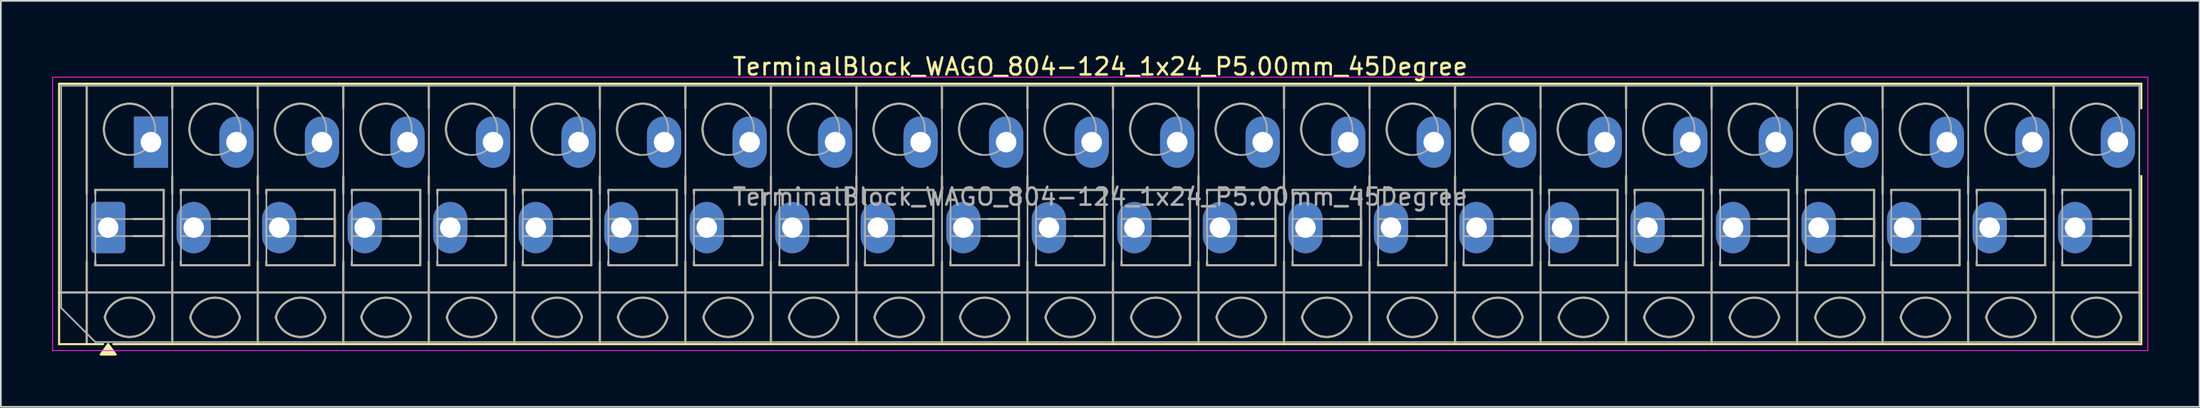
<source format=kicad_pcb>
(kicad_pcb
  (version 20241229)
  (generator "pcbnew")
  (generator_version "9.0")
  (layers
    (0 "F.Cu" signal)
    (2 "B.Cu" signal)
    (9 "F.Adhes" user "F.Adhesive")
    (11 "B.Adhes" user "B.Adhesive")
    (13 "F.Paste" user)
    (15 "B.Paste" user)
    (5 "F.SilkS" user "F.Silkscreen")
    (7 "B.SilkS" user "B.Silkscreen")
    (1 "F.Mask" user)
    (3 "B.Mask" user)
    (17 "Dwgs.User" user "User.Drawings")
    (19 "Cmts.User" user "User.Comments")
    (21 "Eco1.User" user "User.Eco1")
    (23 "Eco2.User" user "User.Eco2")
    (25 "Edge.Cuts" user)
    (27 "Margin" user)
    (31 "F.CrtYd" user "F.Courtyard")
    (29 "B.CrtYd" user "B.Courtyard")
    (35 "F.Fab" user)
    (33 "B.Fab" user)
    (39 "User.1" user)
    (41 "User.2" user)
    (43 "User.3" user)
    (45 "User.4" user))
  (footprint "TerminalBlock_WAGO_804-124_1x24_P5.00mm_45Degree"
    (layer "F.Cu")
    (at 3.275 10.268)
    (property "Reference" "TerminalBlock_WAGO_804-124_1x24_P5.00mm_45Degree" (at 58 -9.42 0) (layer "F.SilkS") (effects (font (size 1 1) (thickness 0.15))))
    (attr through_hole)
    (fp_line (start -2.87 -8.42) (end -2.87 6.82) (stroke (width 0.12) (type solid)) (layer "F.SilkS"))
    (fp_line (start -2.87 -8.42) (end 118.87 -8.42) (stroke (width 0.12) (type solid)) (layer "F.SilkS"))
    (fp_line (start -2.87 3.8) (end 118.87 3.8) (stroke (width 0.12) (type solid)) (layer "F.SilkS"))
    (fp_line (start -2.87 6.82) (end -0.3 6.82) (stroke (width 0.12) (type solid)) (layer "F.SilkS"))
    (fp_line (start -1.25 -8.42) (end -1.25 -1.98) (stroke (width 0.12) (type solid)) (layer "F.SilkS"))
    (fp_line (start -1.25 1.98) (end -1.25 6.82) (stroke (width 0.12) (type solid)) (layer "F.SilkS"))
    (fp_line (start -0.75 -2.2) (end -0.75 -1.98) (stroke (width 0.12) (type solid)) (layer "F.SilkS"))
    (fp_line (start -0.75 -2.2) (end 3.25 -2.2) (stroke (width 0.12) (type solid)) (layer "F.SilkS"))
    (fp_line (start -0.75 1.98) (end -0.75 2.2) (stroke (width 0.12) (type solid)) (layer "F.SilkS"))
    (fp_line (start -0.75 2.2) (end 3.25 2.2) (stroke (width 0.12) (type solid)) (layer "F.SilkS"))
    (fp_line (start 0.3 6.82) (end 118.87 6.82) (stroke (width 0.12) (type solid)) (layer "F.SilkS"))
    (fp_line (start 1.48 -0.5) (end 3.25 -0.5) (stroke (width 0.12) (type solid)) (layer "F.SilkS"))
    (fp_line (start 1.48 0.5) (end 3.25 0.5) (stroke (width 0.12) (type solid)) (layer "F.SilkS"))
    (fp_line (start 3.25 -2.2) (end 3.25 2.2) (stroke (width 0.12) (type solid)) (layer "F.SilkS"))
    (fp_line (start 3.25 -0.5) (end 3.25 0.5) (stroke (width 0.12) (type solid)) (layer "F.SilkS"))
    (fp_line (start 3.75 -8.42) (end 3.75 -6.98) (stroke (width 0.12) (type solid)) (layer "F.SilkS"))
    (fp_line (start 3.75 -3.02) (end 3.75 -1.98) (stroke (width 0.12) (type solid)) (layer "F.SilkS"))
    (fp_line (start 3.75 1.98) (end 3.75 6.82) (stroke (width 0.12) (type solid)) (layer "F.SilkS"))
    (fp_line (start 4.25 -2.2) (end 4.25 -1.98) (stroke (width 0.12) (type solid)) (layer "F.SilkS"))
    (fp_line (start 4.25 -2.2) (end 8.25 -2.2) (stroke (width 0.12) (type solid)) (layer "F.SilkS"))
    (fp_line (start 4.25 1.98) (end 4.25 2.2) (stroke (width 0.12) (type solid)) (layer "F.SilkS"))
    (fp_line (start 4.25 2.2) (end 8.25 2.2) (stroke (width 0.12) (type solid)) (layer "F.SilkS"))
    (fp_line (start 6.48 -0.5) (end 8.25 -0.5) (stroke (width 0.12) (type solid)) (layer "F.SilkS"))
    (fp_line (start 6.48 0.5) (end 8.25 0.5) (stroke (width 0.12) (type solid)) (layer "F.SilkS"))
    (fp_line (start 8.25 -2.2) (end 8.25 2.2) (stroke (width 0.12) (type solid)) (layer "F.SilkS"))
    (fp_line (start 8.25 -0.5) (end 8.25 0.5) (stroke (width 0.12) (type solid)) (layer "F.SilkS"))
    (fp_line (start 8.75 -8.42) (end 8.75 -6.98) (stroke (width 0.12) (type solid)) (layer "F.SilkS"))
    (fp_line (start 8.75 -3.02) (end 8.75 -1.98) (stroke (width 0.12) (type solid)) (layer "F.SilkS"))
    (fp_line (start 8.75 1.98) (end 8.75 6.82) (stroke (width 0.12) (type solid)) (layer "F.SilkS"))
    (fp_line (start 9.25 -2.2) (end 9.25 -1.98) (stroke (width 0.12) (type solid)) (layer "F.SilkS"))
    (fp_line (start 9.25 -2.2) (end 13.25 -2.2) (stroke (width 0.12) (type solid)) (layer "F.SilkS"))
    (fp_line (start 9.25 1.98) (end 9.25 2.2) (stroke (width 0.12) (type solid)) (layer "F.SilkS"))
    (fp_line (start 9.25 2.2) (end 13.25 2.2) (stroke (width 0.12) (type solid)) (layer "F.SilkS"))
    (fp_line (start 11.48 -0.5) (end 13.25 -0.5) (stroke (width 0.12) (type solid)) (layer "F.SilkS"))
    (fp_line (start 11.48 0.5) (end 13.25 0.5) (stroke (width 0.12) (type solid)) (layer "F.SilkS"))
    (fp_line (start 13.25 -2.2) (end 13.25 2.2) (stroke (width 0.12) (type solid)) (layer "F.SilkS"))
    (fp_line (start 13.25 -0.5) (end 13.25 0.5) (stroke (width 0.12) (type solid)) (layer "F.SilkS"))
    (fp_line (start 13.75 -8.42) (end 13.75 -6.98) (stroke (width 0.12) (type solid)) (layer "F.SilkS"))
    (fp_line (start 13.75 -3.02) (end 13.75 -1.98) (stroke (width 0.12) (type solid)) (layer "F.SilkS"))
    (fp_line (start 13.75 1.98) (end 13.75 6.82) (stroke (width 0.12) (type solid)) (layer "F.SilkS"))
    (fp_line (start 14.25 -2.2) (end 14.25 -1.98) (stroke (width 0.12) (type solid)) (layer "F.SilkS"))
    (fp_line (start 14.25 -2.2) (end 18.25 -2.2) (stroke (width 0.12) (type solid)) (layer "F.SilkS"))
    (fp_line (start 14.25 1.98) (end 14.25 2.2) (stroke (width 0.12) (type solid)) (layer "F.SilkS"))
    (fp_line (start 14.25 2.2) (end 18.25 2.2) (stroke (width 0.12) (type solid)) (layer "F.SilkS"))
    (fp_line (start 16.48 -0.5) (end 18.25 -0.5) (stroke (width 0.12) (type solid)) (layer "F.SilkS"))
    (fp_line (start 16.48 0.5) (end 18.25 0.5) (stroke (width 0.12) (type solid)) (layer "F.SilkS"))
    (fp_line (start 18.25 -2.2) (end 18.25 2.2) (stroke (width 0.12) (type solid)) (layer "F.SilkS"))
    (fp_line (start 18.25 -0.5) (end 18.25 0.5) (stroke (width 0.12) (type solid)) (layer "F.SilkS"))
    (fp_line (start 18.75 -8.42) (end 18.75 -6.98) (stroke (width 0.12) (type solid)) (layer "F.SilkS"))
    (fp_line (start 18.75 -3.02) (end 18.75 -1.98) (stroke (width 0.12) (type solid)) (layer "F.SilkS"))
    (fp_line (start 18.75 1.98) (end 18.75 6.82) (stroke (width 0.12) (type solid)) (layer "F.SilkS"))
    (fp_line (start 19.25 -2.2) (end 19.25 -1.98) (stroke (width 0.12) (type solid)) (layer "F.SilkS"))
    (fp_line (start 19.25 -2.2) (end 23.25 -2.2) (stroke (width 0.12) (type solid)) (layer "F.SilkS"))
    (fp_line (start 19.25 1.98) (end 19.25 2.2) (stroke (width 0.12) (type solid)) (layer "F.SilkS"))
    (fp_line (start 19.25 2.2) (end 23.25 2.2) (stroke (width 0.12) (type solid)) (layer "F.SilkS"))
    (fp_line (start 21.48 -0.5) (end 23.25 -0.5) (stroke (width 0.12) (type solid)) (layer "F.SilkS"))
    (fp_line (start 21.48 0.5) (end 23.25 0.5) (stroke (width 0.12) (type solid)) (layer "F.SilkS"))
    (fp_line (start 23.25 -2.2) (end 23.25 2.2) (stroke (width 0.12) (type solid)) (layer "F.SilkS"))
    (fp_line (start 23.25 -0.5) (end 23.25 0.5) (stroke (width 0.12) (type solid)) (layer "F.SilkS"))
    (fp_line (start 23.75 -8.42) (end 23.75 -6.98) (stroke (width 0.12) (type solid)) (layer "F.SilkS"))
    (fp_line (start 23.75 -3.02) (end 23.75 -1.98) (stroke (width 0.12) (type solid)) (layer "F.SilkS"))
    (fp_line (start 23.75 1.98) (end 23.75 6.82) (stroke (width 0.12) (type solid)) (layer "F.SilkS"))
    (fp_line (start 24.25 -2.2) (end 24.25 -1.98) (stroke (width 0.12) (type solid)) (layer "F.SilkS"))
    (fp_line (start 24.25 -2.2) (end 28.25 -2.2) (stroke (width 0.12) (type solid)) (layer "F.SilkS"))
    (fp_line (start 24.25 1.98) (end 24.25 2.2) (stroke (width 0.12) (type solid)) (layer "F.SilkS"))
    (fp_line (start 24.25 2.2) (end 28.25 2.2) (stroke (width 0.12) (type solid)) (layer "F.SilkS"))
    (fp_line (start 26.48 -0.5) (end 28.25 -0.5) (stroke (width 0.12) (type solid)) (layer "F.SilkS"))
    (fp_line (start 26.48 0.5) (end 28.25 0.5) (stroke (width 0.12) (type solid)) (layer "F.SilkS"))
    (fp_line (start 28.25 -2.2) (end 28.25 2.2) (stroke (width 0.12) (type solid)) (layer "F.SilkS"))
    (fp_line (start 28.25 -0.5) (end 28.25 0.5) (stroke (width 0.12) (type solid)) (layer "F.SilkS"))
    (fp_line (start 28.75 -8.42) (end 28.75 -6.98) (stroke (width 0.12) (type solid)) (layer "F.SilkS"))
    (fp_line (start 28.75 -3.02) (end 28.75 -1.98) (stroke (width 0.12) (type solid)) (layer "F.SilkS"))
    (fp_line (start 28.75 1.98) (end 28.75 6.82) (stroke (width 0.12) (type solid)) (layer "F.SilkS"))
    (fp_line (start 29.25 -2.2) (end 29.25 -1.98) (stroke (width 0.12) (type solid)) (layer "F.SilkS"))
    (fp_line (start 29.25 -2.2) (end 33.25 -2.2) (stroke (width 0.12) (type solid)) (layer "F.SilkS"))
    (fp_line (start 29.25 1.98) (end 29.25 2.2) (stroke (width 0.12) (type solid)) (layer "F.SilkS"))
    (fp_line (start 29.25 2.2) (end 33.25 2.2) (stroke (width 0.12) (type solid)) (layer "F.SilkS"))
    (fp_line (start 31.48 -0.5) (end 33.25 -0.5) (stroke (width 0.12) (type solid)) (layer "F.SilkS"))
    (fp_line (start 31.48 0.5) (end 33.25 0.5) (stroke (width 0.12) (type solid)) (layer "F.SilkS"))
    (fp_line (start 33.25 -2.2) (end 33.25 2.2) (stroke (width 0.12) (type solid)) (layer "F.SilkS"))
    (fp_line (start 33.25 -0.5) (end 33.25 0.5) (stroke (width 0.12) (type solid)) (layer "F.SilkS"))
    (fp_line (start 33.75 -8.42) (end 33.75 -6.98) (stroke (width 0.12) (type solid)) (layer "F.SilkS"))
    (fp_line (start 33.75 -3.02) (end 33.75 -1.98) (stroke (width 0.12) (type solid)) (layer "F.SilkS"))
    (fp_line (start 33.75 1.98) (end 33.75 6.82) (stroke (width 0.12) (type solid)) (layer "F.SilkS"))
    (fp_line (start 34.25 -2.2) (end 34.25 -1.98) (stroke (width 0.12) (type solid)) (layer "F.SilkS"))
    (fp_line (start 34.25 -2.2) (end 38.25 -2.2) (stroke (width 0.12) (type solid)) (layer "F.SilkS"))
    (fp_line (start 34.25 1.98) (end 34.25 2.2) (stroke (width 0.12) (type solid)) (layer "F.SilkS"))
    (fp_line (start 34.25 2.2) (end 38.25 2.2) (stroke (width 0.12) (type solid)) (layer "F.SilkS"))
    (fp_line (start 36.48 -0.5) (end 38.25 -0.5) (stroke (width 0.12) (type solid)) (layer "F.SilkS"))
    (fp_line (start 36.48 0.5) (end 38.25 0.5) (stroke (width 0.12) (type solid)) (layer "F.SilkS"))
    (fp_line (start 38.25 -2.2) (end 38.25 2.2) (stroke (width 0.12) (type solid)) (layer "F.SilkS"))
    (fp_line (start 38.25 -0.5) (end 38.25 0.5) (stroke (width 0.12) (type solid)) (layer "F.SilkS"))
    (fp_line (start 38.75 -8.42) (end 38.75 -6.98) (stroke (width 0.12) (type solid)) (layer "F.SilkS"))
    (fp_line (start 38.75 -3.02) (end 38.75 -1.98) (stroke (width 0.12) (type solid)) (layer "F.SilkS"))
    (fp_line (start 38.75 1.98) (end 38.75 6.82) (stroke (width 0.12) (type solid)) (layer "F.SilkS"))
    (fp_line (start 39.25 -2.2) (end 39.25 -1.98) (stroke (width 0.12) (type solid)) (layer "F.SilkS"))
    (fp_line (start 39.25 -2.2) (end 43.25 -2.2) (stroke (width 0.12) (type solid)) (layer "F.SilkS"))
    (fp_line (start 39.25 1.98) (end 39.25 2.2) (stroke (width 0.12) (type solid)) (layer "F.SilkS"))
    (fp_line (start 39.25 2.2) (end 43.25 2.2) (stroke (width 0.12) (type solid)) (layer "F.SilkS"))
    (fp_line (start 41.48 -0.5) (end 43.25 -0.5) (stroke (width 0.12) (type solid)) (layer "F.SilkS"))
    (fp_line (start 41.48 0.5) (end 43.25 0.5) (stroke (width 0.12) (type solid)) (layer "F.SilkS"))
    (fp_line (start 43.25 -2.2) (end 43.25 2.2) (stroke (width 0.12) (type solid)) (layer "F.SilkS"))
    (fp_line (start 43.25 -0.5) (end 43.25 0.5) (stroke (width 0.12) (type solid)) (layer "F.SilkS"))
    (fp_line (start 43.75 -8.42) (end 43.75 -6.98) (stroke (width 0.12) (type solid)) (layer "F.SilkS"))
    (fp_line (start 43.75 -3.02) (end 43.75 -1.98) (stroke (width 0.12) (type solid)) (layer "F.SilkS"))
    (fp_line (start 43.75 1.98) (end 43.75 6.82) (stroke (width 0.12) (type solid)) (layer "F.SilkS"))
    (fp_line (start 44.25 -2.2) (end 44.25 -1.98) (stroke (width 0.12) (type solid)) (layer "F.SilkS"))
    (fp_line (start 44.25 -2.2) (end 48.25 -2.2) (stroke (width 0.12) (type solid)) (layer "F.SilkS"))
    (fp_line (start 44.25 1.98) (end 44.25 2.2) (stroke (width 0.12) (type solid)) (layer "F.SilkS"))
    (fp_line (start 44.25 2.2) (end 48.25 2.2) (stroke (width 0.12) (type solid)) (layer "F.SilkS"))
    (fp_line (start 46.48 -0.5) (end 48.25 -0.5) (stroke (width 0.12) (type solid)) (layer "F.SilkS"))
    (fp_line (start 46.48 0.5) (end 48.25 0.5) (stroke (width 0.12) (type solid)) (layer "F.SilkS"))
    (fp_line (start 48.25 -2.2) (end 48.25 2.2) (stroke (width 0.12) (type solid)) (layer "F.SilkS"))
    (fp_line (start 48.25 -0.5) (end 48.25 0.5) (stroke (width 0.12) (type solid)) (layer "F.SilkS"))
    (fp_line (start 48.75 -8.42) (end 48.75 -6.98) (stroke (width 0.12) (type solid)) (layer "F.SilkS"))
    (fp_line (start 48.75 -3.02) (end 48.75 -1.98) (stroke (width 0.12) (type solid)) (layer "F.SilkS"))
    (fp_line (start 48.75 1.98) (end 48.75 6.82) (stroke (width 0.12) (type solid)) (layer "F.SilkS"))
    (fp_line (start 49.25 -2.2) (end 49.25 -1.98) (stroke (width 0.12) (type solid)) (layer "F.SilkS"))
    (fp_line (start 49.25 -2.2) (end 53.25 -2.2) (stroke (width 0.12) (type solid)) (layer "F.SilkS"))
    (fp_line (start 49.25 1.98) (end 49.25 2.2) (stroke (width 0.12) (type solid)) (layer "F.SilkS"))
    (fp_line (start 49.25 2.2) (end 53.25 2.2) (stroke (width 0.12) (type solid)) (layer "F.SilkS"))
    (fp_line (start 51.48 -0.5) (end 53.25 -0.5) (stroke (width 0.12) (type solid)) (layer "F.SilkS"))
    (fp_line (start 51.48 0.5) (end 53.25 0.5) (stroke (width 0.12) (type solid)) (layer "F.SilkS"))
    (fp_line (start 53.25 -2.2) (end 53.25 2.2) (stroke (width 0.12) (type solid)) (layer "F.SilkS"))
    (fp_line (start 53.25 -0.5) (end 53.25 0.5) (stroke (width 0.12) (type solid)) (layer "F.SilkS"))
    (fp_line (start 53.75 -8.42) (end 53.75 -6.98) (stroke (width 0.12) (type solid)) (layer "F.SilkS"))
    (fp_line (start 53.75 -3.02) (end 53.75 -1.98) (stroke (width 0.12) (type solid)) (layer "F.SilkS"))
    (fp_line (start 53.75 1.98) (end 53.75 6.82) (stroke (width 0.12) (type solid)) (layer "F.SilkS"))
    (fp_line (start 54.25 -2.2) (end 54.25 -1.98) (stroke (width 0.12) (type solid)) (layer "F.SilkS"))
    (fp_line (start 54.25 -2.2) (end 58.25 -2.2) (stroke (width 0.12) (type solid)) (layer "F.SilkS"))
    (fp_line (start 54.25 1.98) (end 54.25 2.2) (stroke (width 0.12) (type solid)) (layer "F.SilkS"))
    (fp_line (start 54.25 2.2) (end 58.25 2.2) (stroke (width 0.12) (type solid)) (layer "F.SilkS"))
    (fp_line (start 56.48 -0.5) (end 58.25 -0.5) (stroke (width 0.12) (type solid)) (layer "F.SilkS"))
    (fp_line (start 56.48 0.5) (end 58.25 0.5) (stroke (width 0.12) (type solid)) (layer "F.SilkS"))
    (fp_line (start 58.25 -2.2) (end 58.25 2.2) (stroke (width 0.12) (type solid)) (layer "F.SilkS"))
    (fp_line (start 58.25 -0.5) (end 58.25 0.5) (stroke (width 0.12) (type solid)) (layer "F.SilkS"))
    (fp_line (start 58.75 -8.42) (end 58.75 -6.98) (stroke (width 0.12) (type solid)) (layer "F.SilkS"))
    (fp_line (start 58.75 -3.02) (end 58.75 -1.98) (stroke (width 0.12) (type solid)) (layer "F.SilkS"))
    (fp_line (start 58.75 1.98) (end 58.75 6.82) (stroke (width 0.12) (type solid)) (layer "F.SilkS"))
    (fp_line (start 59.25 -2.2) (end 59.25 -1.98) (stroke (width 0.12) (type solid)) (layer "F.SilkS"))
    (fp_line (start 59.25 -2.2) (end 63.25 -2.2) (stroke (width 0.12) (type solid)) (layer "F.SilkS"))
    (fp_line (start 59.25 1.98) (end 59.25 2.2) (stroke (width 0.12) (type solid)) (layer "F.SilkS"))
    (fp_line (start 59.25 2.2) (end 63.25 2.2) (stroke (width 0.12) (type solid)) (layer "F.SilkS"))
    (fp_line (start 61.48 -0.5) (end 63.25 -0.5) (stroke (width 0.12) (type solid)) (layer "F.SilkS"))
    (fp_line (start 61.48 0.5) (end 63.25 0.5) (stroke (width 0.12) (type solid)) (layer "F.SilkS"))
    (fp_line (start 63.25 -2.2) (end 63.25 2.2) (stroke (width 0.12) (type solid)) (layer "F.SilkS"))
    (fp_line (start 63.25 -0.5) (end 63.25 0.5) (stroke (width 0.12) (type solid)) (layer "F.SilkS"))
    (fp_line (start 63.75 -8.42) (end 63.75 -6.98) (stroke (width 0.12) (type solid)) (layer "F.SilkS"))
    (fp_line (start 63.75 -3.02) (end 63.75 -1.98) (stroke (width 0.12) (type solid)) (layer "F.SilkS"))
    (fp_line (start 63.75 1.98) (end 63.75 6.82) (stroke (width 0.12) (type solid)) (layer "F.SilkS"))
    (fp_line (start 64.25 -2.2) (end 64.25 -1.98) (stroke (width 0.12) (type solid)) (layer "F.SilkS"))
    (fp_line (start 64.25 -2.2) (end 68.25 -2.2) (stroke (width 0.12) (type solid)) (layer "F.SilkS"))
    (fp_line (start 64.25 1.98) (end 64.25 2.2) (stroke (width 0.12) (type solid)) (layer "F.SilkS"))
    (fp_line (start 64.25 2.2) (end 68.25 2.2) (stroke (width 0.12) (type solid)) (layer "F.SilkS"))
    (fp_line (start 66.48 -0.5) (end 68.25 -0.5) (stroke (width 0.12) (type solid)) (layer "F.SilkS"))
    (fp_line (start 66.48 0.5) (end 68.25 0.5) (stroke (width 0.12) (type solid)) (layer "F.SilkS"))
    (fp_line (start 68.25 -2.2) (end 68.25 2.2) (stroke (width 0.12) (type solid)) (layer "F.SilkS"))
    (fp_line (start 68.25 -0.5) (end 68.25 0.5) (stroke (width 0.12) (type solid)) (layer "F.SilkS"))
    (fp_line (start 68.75 -8.42) (end 68.75 -6.98) (stroke (width 0.12) (type solid)) (layer "F.SilkS"))
    (fp_line (start 68.75 -3.02) (end 68.75 -1.98) (stroke (width 0.12) (type solid)) (layer "F.SilkS"))
    (fp_line (start 68.75 1.98) (end 68.75 6.82) (stroke (width 0.12) (type solid)) (layer "F.SilkS"))
    (fp_line (start 69.25 -2.2) (end 69.25 -1.98) (stroke (width 0.12) (type solid)) (layer "F.SilkS"))
    (fp_line (start 69.25 -2.2) (end 73.25 -2.2) (stroke (width 0.12) (type solid)) (layer "F.SilkS"))
    (fp_line (start 69.25 1.98) (end 69.25 2.2) (stroke (width 0.12) (type solid)) (layer "F.SilkS"))
    (fp_line (start 69.25 2.2) (end 73.25 2.2) (stroke (width 0.12) (type solid)) (layer "F.SilkS"))
    (fp_line (start 71.48 -0.5) (end 73.25 -0.5) (stroke (width 0.12) (type solid)) (layer "F.SilkS"))
    (fp_line (start 71.48 0.5) (end 73.25 0.5) (stroke (width 0.12) (type solid)) (layer "F.SilkS"))
    (fp_line (start 73.25 -2.2) (end 73.25 2.2) (stroke (width 0.12) (type solid)) (layer "F.SilkS"))
    (fp_line (start 73.25 -0.5) (end 73.25 0.5) (stroke (width 0.12) (type solid)) (layer "F.SilkS"))
    (fp_line (start 73.75 -8.42) (end 73.75 -6.98) (stroke (width 0.12) (type solid)) (layer "F.SilkS"))
    (fp_line (start 73.75 -3.02) (end 73.75 -1.98) (stroke (width 0.12) (type solid)) (layer "F.SilkS"))
    (fp_line (start 73.75 1.98) (end 73.75 6.82) (stroke (width 0.12) (type solid)) (layer "F.SilkS"))
    (fp_line (start 74.25 -2.2) (end 74.25 -1.98) (stroke (width 0.12) (type solid)) (layer "F.SilkS"))
    (fp_line (start 74.25 -2.2) (end 78.25 -2.2) (stroke (width 0.12) (type solid)) (layer "F.SilkS"))
    (fp_line (start 74.25 1.98) (end 74.25 2.2) (stroke (width 0.12) (type solid)) (layer "F.SilkS"))
    (fp_line (start 74.25 2.2) (end 78.25 2.2) (stroke (width 0.12) (type solid)) (layer "F.SilkS"))
    (fp_line (start 76.48 -0.5) (end 78.25 -0.5) (stroke (width 0.12) (type solid)) (layer "F.SilkS"))
    (fp_line (start 76.48 0.5) (end 78.25 0.5) (stroke (width 0.12) (type solid)) (layer "F.SilkS"))
    (fp_line (start 78.25 -2.2) (end 78.25 2.2) (stroke (width 0.12) (type solid)) (layer "F.SilkS"))
    (fp_line (start 78.25 -0.5) (end 78.25 0.5) (stroke (width 0.12) (type solid)) (layer "F.SilkS"))
    (fp_line (start 78.75 -8.42) (end 78.75 -6.98) (stroke (width 0.12) (type solid)) (layer "F.SilkS"))
    (fp_line (start 78.75 -3.02) (end 78.75 -1.98) (stroke (width 0.12) (type solid)) (layer "F.SilkS"))
    (fp_line (start 78.75 1.98) (end 78.75 6.82) (stroke (width 0.12) (type solid)) (layer "F.SilkS"))
    (fp_line (start 79.25 -2.2) (end 79.25 -1.98) (stroke (width 0.12) (type solid)) (layer "F.SilkS"))
    (fp_line (start 79.25 -2.2) (end 83.25 -2.2) (stroke (width 0.12) (type solid)) (layer "F.SilkS"))
    (fp_line (start 79.25 1.98) (end 79.25 2.2) (stroke (width 0.12) (type solid)) (layer "F.SilkS"))
    (fp_line (start 79.25 2.2) (end 83.25 2.2) (stroke (width 0.12) (type solid)) (layer "F.SilkS"))
    (fp_line (start 81.48 -0.5) (end 83.25 -0.5) (stroke (width 0.12) (type solid)) (layer "F.SilkS"))
    (fp_line (start 81.48 0.5) (end 83.25 0.5) (stroke (width 0.12) (type solid)) (layer "F.SilkS"))
    (fp_line (start 83.25 -2.2) (end 83.25 2.2) (stroke (width 0.12) (type solid)) (layer "F.SilkS"))
    (fp_line (start 83.25 -0.5) (end 83.25 0.5) (stroke (width 0.12) (type solid)) (layer "F.SilkS"))
    (fp_line (start 83.75 -8.42) (end 83.75 -6.98) (stroke (width 0.12) (type solid)) (layer "F.SilkS"))
    (fp_line (start 83.75 -3.02) (end 83.75 -1.98) (stroke (width 0.12) (type solid)) (layer "F.SilkS"))
    (fp_line (start 83.75 1.98) (end 83.75 6.82) (stroke (width 0.12) (type solid)) (layer "F.SilkS"))
    (fp_line (start 84.25 -2.2) (end 84.25 -1.98) (stroke (width 0.12) (type solid)) (layer "F.SilkS"))
    (fp_line (start 84.25 -2.2) (end 88.25 -2.2) (stroke (width 0.12) (type solid)) (layer "F.SilkS"))
    (fp_line (start 84.25 1.98) (end 84.25 2.2) (stroke (width 0.12) (type solid)) (layer "F.SilkS"))
    (fp_line (start 84.25 2.2) (end 88.25 2.2) (stroke (width 0.12) (type solid)) (layer "F.SilkS"))
    (fp_line (start 86.48 -0.5) (end 88.25 -0.5) (stroke (width 0.12) (type solid)) (layer "F.SilkS"))
    (fp_line (start 86.48 0.5) (end 88.25 0.5) (stroke (width 0.12) (type solid)) (layer "F.SilkS"))
    (fp_line (start 88.25 -2.2) (end 88.25 2.2) (stroke (width 0.12) (type solid)) (layer "F.SilkS"))
    (fp_line (start 88.25 -0.5) (end 88.25 0.5) (stroke (width 0.12) (type solid)) (layer "F.SilkS"))
    (fp_line (start 88.75 -8.42) (end 88.75 -6.98) (stroke (width 0.12) (type solid)) (layer "F.SilkS"))
    (fp_line (start 88.75 -3.02) (end 88.75 -1.98) (stroke (width 0.12) (type solid)) (layer "F.SilkS"))
    (fp_line (start 88.75 1.98) (end 88.75 6.82) (stroke (width 0.12) (type solid)) (layer "F.SilkS"))
    (fp_line (start 89.25 -2.2) (end 89.25 -1.98) (stroke (width 0.12) (type solid)) (layer "F.SilkS"))
    (fp_line (start 89.25 -2.2) (end 93.25 -2.2) (stroke (width 0.12) (type solid)) (layer "F.SilkS"))
    (fp_line (start 89.25 1.98) (end 89.25 2.2) (stroke (width 0.12) (type solid)) (layer "F.SilkS"))
    (fp_line (start 89.25 2.2) (end 93.25 2.2) (stroke (width 0.12) (type solid)) (layer "F.SilkS"))
    (fp_line (start 91.48 -0.5) (end 93.25 -0.5) (stroke (width 0.12) (type solid)) (layer "F.SilkS"))
    (fp_line (start 91.48 0.5) (end 93.25 0.5) (stroke (width 0.12) (type solid)) (layer "F.SilkS"))
    (fp_line (start 93.25 -2.2) (end 93.25 2.2) (stroke (width 0.12) (type solid)) (layer "F.SilkS"))
    (fp_line (start 93.25 -0.5) (end 93.25 0.5) (stroke (width 0.12) (type solid)) (layer "F.SilkS"))
    (fp_line (start 93.75 -8.42) (end 93.75 -6.98) (stroke (width 0.12) (type solid)) (layer "F.SilkS"))
    (fp_line (start 93.75 -3.02) (end 93.75 -1.98) (stroke (width 0.12) (type solid)) (layer "F.SilkS"))
    (fp_line (start 93.75 1.98) (end 93.75 6.82) (stroke (width 0.12) (type solid)) (layer "F.SilkS"))
    (fp_line (start 94.25 -2.2) (end 94.25 -1.98) (stroke (width 0.12) (type solid)) (layer "F.SilkS"))
    (fp_line (start 94.25 -2.2) (end 98.25 -2.2) (stroke (width 0.12) (type solid)) (layer "F.SilkS"))
    (fp_line (start 94.25 1.98) (end 94.25 2.2) (stroke (width 0.12) (type solid)) (layer "F.SilkS"))
    (fp_line (start 94.25 2.2) (end 98.25 2.2) (stroke (width 0.12) (type solid)) (layer "F.SilkS"))
    (fp_line (start 96.48 -0.5) (end 98.25 -0.5) (stroke (width 0.12) (type solid)) (layer "F.SilkS"))
    (fp_line (start 96.48 0.5) (end 98.25 0.5) (stroke (width 0.12) (type solid)) (layer "F.SilkS"))
    (fp_line (start 98.25 -2.2) (end 98.25 2.2) (stroke (width 0.12) (type solid)) (layer "F.SilkS"))
    (fp_line (start 98.25 -0.5) (end 98.25 0.5) (stroke (width 0.12) (type solid)) (layer "F.SilkS"))
    (fp_line (start 98.75 -8.42) (end 98.75 -6.98) (stroke (width 0.12) (type solid)) (layer "F.SilkS"))
    (fp_line (start 98.75 -3.02) (end 98.75 -1.98) (stroke (width 0.12) (type solid)) (layer "F.SilkS"))
    (fp_line (start 98.75 1.98) (end 98.75 6.82) (stroke (width 0.12) (type solid)) (layer "F.SilkS"))
    (fp_line (start 99.25 -2.2) (end 99.25 -1.98) (stroke (width 0.12) (type solid)) (layer "F.SilkS"))
    (fp_line (start 99.25 -2.2) (end 103.25 -2.2) (stroke (width 0.12) (type solid)) (layer "F.SilkS"))
    (fp_line (start 99.25 1.98) (end 99.25 2.2) (stroke (width 0.12) (type solid)) (layer "F.SilkS"))
    (fp_line (start 99.25 2.2) (end 103.25 2.2) (stroke (width 0.12) (type solid)) (layer "F.SilkS"))
    (fp_line (start 101.48 -0.5) (end 103.25 -0.5) (stroke (width 0.12) (type solid)) (layer "F.SilkS"))
    (fp_line (start 101.48 0.5) (end 103.25 0.5) (stroke (width 0.12) (type solid)) (layer "F.SilkS"))
    (fp_line (start 103.25 -2.2) (end 103.25 2.2) (stroke (width 0.12) (type solid)) (layer "F.SilkS"))
    (fp_line (start 103.25 -0.5) (end 103.25 0.5) (stroke (width 0.12) (type solid)) (layer "F.SilkS"))
    (fp_line (start 103.75 -8.42) (end 103.75 -6.98) (stroke (width 0.12) (type solid)) (layer "F.SilkS"))
    (fp_line (start 103.75 -3.02) (end 103.75 -1.98) (stroke (width 0.12) (type solid)) (layer "F.SilkS"))
    (fp_line (start 103.75 1.98) (end 103.75 6.82) (stroke (width 0.12) (type solid)) (layer "F.SilkS"))
    (fp_line (start 104.25 -2.2) (end 104.25 -1.98) (stroke (width 0.12) (type solid)) (layer "F.SilkS"))
    (fp_line (start 104.25 -2.2) (end 108.25 -2.2) (stroke (width 0.12) (type solid)) (layer "F.SilkS"))
    (fp_line (start 104.25 1.98) (end 104.25 2.2) (stroke (width 0.12) (type solid)) (layer "F.SilkS"))
    (fp_line (start 104.25 2.2) (end 108.25 2.2) (stroke (width 0.12) (type solid)) (layer "F.SilkS"))
    (fp_line (start 106.48 -0.5) (end 108.25 -0.5) (stroke (width 0.12) (type solid)) (layer "F.SilkS"))
    (fp_line (start 106.48 0.5) (end 108.25 0.5) (stroke (width 0.12) (type solid)) (layer "F.SilkS"))
    (fp_line (start 108.25 -2.2) (end 108.25 2.2) (stroke (width 0.12) (type solid)) (layer "F.SilkS"))
    (fp_line (start 108.25 -0.5) (end 108.25 0.5) (stroke (width 0.12) (type solid)) (layer "F.SilkS"))
    (fp_line (start 108.75 -8.42) (end 108.75 -6.98) (stroke (width 0.12) (type solid)) (layer "F.SilkS"))
    (fp_line (start 108.75 -3.02) (end 108.75 -1.98) (stroke (width 0.12) (type solid)) (layer "F.SilkS"))
    (fp_line (start 108.75 1.98) (end 108.75 6.82) (stroke (width 0.12) (type solid)) (layer "F.SilkS"))
    (fp_line (start 109.25 -2.2) (end 109.25 -1.98) (stroke (width 0.12) (type solid)) (layer "F.SilkS"))
    (fp_line (start 109.25 -2.2) (end 113.25 -2.2) (stroke (width 0.12) (type solid)) (layer "F.SilkS"))
    (fp_line (start 109.25 1.98) (end 109.25 2.2) (stroke (width 0.12) (type solid)) (layer "F.SilkS"))
    (fp_line (start 109.25 2.2) (end 113.25 2.2) (stroke (width 0.12) (type solid)) (layer "F.SilkS"))
    (fp_line (start 111.48 -0.5) (end 113.25 -0.5) (stroke (width 0.12) (type solid)) (layer "F.SilkS"))
    (fp_line (start 111.48 0.5) (end 113.25 0.5) (stroke (width 0.12) (type solid)) (layer "F.SilkS"))
    (fp_line (start 113.25 -2.2) (end 113.25 2.2) (stroke (width 0.12) (type solid)) (layer "F.SilkS"))
    (fp_line (start 113.25 -0.5) (end 113.25 0.5) (stroke (width 0.12) (type solid)) (layer "F.SilkS"))
    (fp_line (start 113.75 -8.42) (end 113.75 -6.98) (stroke (width 0.12) (type solid)) (layer "F.SilkS"))
    (fp_line (start 113.75 -3.02) (end 113.75 -1.98) (stroke (width 0.12) (type solid)) (layer "F.SilkS"))
    (fp_line (start 113.75 1.98) (end 113.75 6.82) (stroke (width 0.12) (type solid)) (layer "F.SilkS"))
    (fp_line (start 114.25 -2.2) (end 114.25 -1.98) (stroke (width 0.12) (type solid)) (layer "F.SilkS"))
    (fp_line (start 114.25 -2.2) (end 118.25 -2.2) (stroke (width 0.12) (type solid)) (layer "F.SilkS"))
    (fp_line (start 114.25 1.98) (end 114.25 2.2) (stroke (width 0.12) (type solid)) (layer "F.SilkS"))
    (fp_line (start 114.25 2.2) (end 118.25 2.2) (stroke (width 0.12) (type solid)) (layer "F.SilkS"))
    (fp_line (start 116.48 -0.5) (end 118.25 -0.5) (stroke (width 0.12) (type solid)) (layer "F.SilkS"))
    (fp_line (start 116.48 0.5) (end 118.25 0.5) (stroke (width 0.12) (type solid)) (layer "F.SilkS"))
    (fp_line (start 118.25 -2.2) (end 118.25 2.2) (stroke (width 0.12) (type solid)) (layer "F.SilkS"))
    (fp_line (start 118.25 -0.5) (end 118.25 0.5) (stroke (width 0.12) (type solid)) (layer "F.SilkS"))
    (fp_line (start 118.87 -8.42) (end 118.87 -6.98) (stroke (width 0.12) (type solid)) (layer "F.SilkS"))
    (fp_line (start 118.87 -3.02) (end 118.87 6.82) (stroke (width 0.12) (type solid)) (layer "F.SilkS"))
    (fp_arc (start -0.199942 5.249753) (mid 1.250127 4.099899) (end 2.7 5.25) (stroke (width 0.12) (type solid)) (layer "F.SilkS"))
    (fp_arc (start 1.02 -4.268) (mid -0.141815 -6.308637) (end 2.10843 -6.979765) (stroke (width 0.12) (type solid)) (layer "F.SilkS"))
    (fp_arc (start 2.7 5.25) (mid 1.250127 6.400101) (end -0.199942 5.250247) (stroke (width 0.12) (type solid)) (layer "F.SilkS"))
    (fp_arc (start 4.800058 5.249753) (mid 6.250127 4.099899) (end 7.7 5.25) (stroke (width 0.12) (type solid)) (layer "F.SilkS"))
    (fp_arc (start 6.02 -4.268) (mid 4.858185 -6.308637) (end 7.10843 -6.979765) (stroke (width 0.12) (type solid)) (layer "F.SilkS"))
    (fp_arc (start 7.7 5.25) (mid 6.250127 6.400101) (end 4.800058 5.250247) (stroke (width 0.12) (type solid)) (layer "F.SilkS"))
    (fp_arc (start 9.800058 5.249753) (mid 11.250127 4.099899) (end 12.7 5.25) (stroke (width 0.12) (type solid)) (layer "F.SilkS"))
    (fp_arc (start 11.02 -4.268) (mid 9.858185 -6.308637) (end 12.10843 -6.979765) (stroke (width 0.12) (type solid)) (layer "F.SilkS"))
    (fp_arc (start 12.7 5.25) (mid 11.250127 6.400101) (end 9.800058 5.250247) (stroke (width 0.12) (type solid)) (layer "F.SilkS"))
    (fp_arc (start 14.800058 5.249753) (mid 16.250127 4.099899) (end 17.7 5.25) (stroke (width 0.12) (type solid)) (layer "F.SilkS"))
    (fp_arc (start 16.02 -4.268) (mid 14.858185 -6.308637) (end 17.10843 -6.979765) (stroke (width 0.12) (type solid)) (layer "F.SilkS"))
    (fp_arc (start 17.7 5.25) (mid 16.250127 6.400101) (end 14.800058 5.250247) (stroke (width 0.12) (type solid)) (layer "F.SilkS"))
    (fp_arc (start 19.800058 5.249753) (mid 21.250127 4.099899) (end 22.7 5.25) (stroke (width 0.12) (type solid)) (layer "F.SilkS"))
    (fp_arc (start 21.02 -4.268) (mid 19.858185 -6.308637) (end 22.10843 -6.979765) (stroke (width 0.12) (type solid)) (layer "F.SilkS"))
    (fp_arc (start 22.7 5.25) (mid 21.250127 6.400101) (end 19.800058 5.250247) (stroke (width 0.12) (type solid)) (layer "F.SilkS"))
    (fp_arc (start 24.800058 5.249753) (mid 26.250127 4.099899) (end 27.7 5.25) (stroke (width 0.12) (type solid)) (layer "F.SilkS"))
    (fp_arc (start 26.02 -4.268) (mid 24.858185 -6.308637) (end 27.10843 -6.979765) (stroke (width 0.12) (type solid)) (layer "F.SilkS"))
    (fp_arc (start 27.7 5.25) (mid 26.250127 6.400101) (end 24.800058 5.250247) (stroke (width 0.12) (type solid)) (layer "F.SilkS"))
    (fp_arc (start 29.800058 5.249753) (mid 31.250127 4.099899) (end 32.7 5.25) (stroke (width 0.12) (type solid)) (layer "F.SilkS"))
    (fp_arc (start 31.02 -4.268) (mid 29.858185 -6.308637) (end 32.10843 -6.979765) (stroke (width 0.12) (type solid)) (layer "F.SilkS"))
    (fp_arc (start 32.7 5.25) (mid 31.250127 6.400101) (end 29.800058 5.250247) (stroke (width 0.12) (type solid)) (layer "F.SilkS"))
    (fp_arc (start 34.800058 5.249753) (mid 36.250127 4.099899) (end 37.7 5.25) (stroke (width 0.12) (type solid)) (layer "F.SilkS"))
    (fp_arc (start 36.02 -4.268) (mid 34.858185 -6.308637) (end 37.10843 -6.979765) (stroke (width 0.12) (type solid)) (layer "F.SilkS"))
    (fp_arc (start 37.7 5.25) (mid 36.250127 6.400101) (end 34.800058 5.250247) (stroke (width 0.12) (type solid)) (layer "F.SilkS"))
    (fp_arc (start 39.800058 5.249753) (mid 41.250127 4.099899) (end 42.7 5.25) (stroke (width 0.12) (type solid)) (layer "F.SilkS"))
    (fp_arc (start 41.02 -4.268) (mid 39.858185 -6.308637) (end 42.10843 -6.979765) (stroke (width 0.12) (type solid)) (layer "F.SilkS"))
    (fp_arc (start 42.7 5.25) (mid 41.250127 6.400101) (end 39.800058 5.250247) (stroke (width 0.12) (type solid)) (layer "F.SilkS"))
    (fp_arc (start 44.800058 5.249753) (mid 46.250127 4.099899) (end 47.7 5.25) (stroke (width 0.12) (type solid)) (layer "F.SilkS"))
    (fp_arc (start 46.02 -4.268) (mid 44.858185 -6.308637) (end 47.10843 -6.979765) (stroke (width 0.12) (type solid)) (layer "F.SilkS"))
    (fp_arc (start 47.7 5.25) (mid 46.250127 6.400101) (end 44.800058 5.250247) (stroke (width 0.12) (type solid)) (layer "F.SilkS"))
    (fp_arc (start 49.800058 5.249753) (mid 51.250127 4.099899) (end 52.7 5.25) (stroke (width 0.12) (type solid)) (layer "F.SilkS"))
    (fp_arc (start 51.02 -4.268) (mid 49.858185 -6.308637) (end 52.10843 -6.979765) (stroke (width 0.12) (type solid)) (layer "F.SilkS"))
    (fp_arc (start 52.7 5.25) (mid 51.250127 6.400101) (end 49.800058 5.250247) (stroke (width 0.12) (type solid)) (layer "F.SilkS"))
    (fp_arc (start 54.800058 5.249753) (mid 56.250127 4.099899) (end 57.7 5.25) (stroke (width 0.12) (type solid)) (layer "F.SilkS"))
    (fp_arc (start 56.02 -4.268) (mid 54.858185 -6.308637) (end 57.10843 -6.979765) (stroke (width 0.12) (type solid)) (layer "F.SilkS"))
    (fp_arc (start 57.7 5.25) (mid 56.250127 6.400101) (end 54.800058 5.250247) (stroke (width 0.12) (type solid)) (layer "F.SilkS"))
    (fp_arc (start 59.800058 5.249753) (mid 61.250127 4.099899) (end 62.7 5.25) (stroke (width 0.12) (type solid)) (layer "F.SilkS"))
    (fp_arc (start 61.02 -4.268) (mid 59.858185 -6.308637) (end 62.10843 -6.979765) (stroke (width 0.12) (type solid)) (layer "F.SilkS"))
    (fp_arc (start 62.7 5.25) (mid 61.250127 6.400101) (end 59.800058 5.250247) (stroke (width 0.12) (type solid)) (layer "F.SilkS"))
    (fp_arc (start 64.800058 5.249753) (mid 66.250127 4.099899) (end 67.7 5.25) (stroke (width 0.12) (type solid)) (layer "F.SilkS"))
    (fp_arc (start 66.02 -4.268) (mid 64.858185 -6.308637) (end 67.10843 -6.979765) (stroke (width 0.12) (type solid)) (layer "F.SilkS"))
    (fp_arc (start 67.7 5.25) (mid 66.250127 6.400101) (end 64.800058 5.250247) (stroke (width 0.12) (type solid)) (layer "F.SilkS"))
    (fp_arc (start 69.800058 5.249753) (mid 71.250127 4.099899) (end 72.7 5.25) (stroke (width 0.12) (type solid)) (layer "F.SilkS"))
    (fp_arc (start 71.02 -4.268) (mid 69.858185 -6.308637) (end 72.10843 -6.979765) (stroke (width 0.12) (type solid)) (layer "F.SilkS"))
    (fp_arc (start 72.7 5.25) (mid 71.250127 6.400101) (end 69.800058 5.250247) (stroke (width 0.12) (type solid)) (layer "F.SilkS"))
    (fp_arc (start 74.800058 5.249753) (mid 76.250127 4.099899) (end 77.7 5.25) (stroke (width 0.12) (type solid)) (layer "F.SilkS"))
    (fp_arc (start 76.02 -4.268) (mid 74.858185 -6.308637) (end 77.10843 -6.979765) (stroke (width 0.12) (type solid)) (layer "F.SilkS"))
    (fp_arc (start 77.7 5.25) (mid 76.250127 6.400101) (end 74.800058 5.250247) (stroke (width 0.12) (type solid)) (layer "F.SilkS"))
    (fp_arc (start 79.800058 5.249753) (mid 81.250127 4.099899) (end 82.7 5.25) (stroke (width 0.12) (type solid)) (layer "F.SilkS"))
    (fp_arc (start 81.02 -4.268) (mid 79.858185 -6.308637) (end 82.10843 -6.979765) (stroke (width 0.12) (type solid)) (layer "F.SilkS"))
    (fp_arc (start 82.7 5.25) (mid 81.250127 6.400101) (end 79.800058 5.250247) (stroke (width 0.12) (type solid)) (layer "F.SilkS"))
    (fp_arc (start 84.800058 5.249753) (mid 86.250127 4.099899) (end 87.7 5.25) (stroke (width 0.12) (type solid)) (layer "F.SilkS"))
    (fp_arc (start 86.02 -4.268) (mid 84.858185 -6.308637) (end 87.10843 -6.979765) (stroke (width 0.12) (type solid)) (layer "F.SilkS"))
    (fp_arc (start 87.7 5.25) (mid 86.250127 6.400101) (end 84.800058 5.250247) (stroke (width 0.12) (type solid)) (layer "F.SilkS"))
    (fp_arc (start 89.800058 5.249753) (mid 91.250127 4.099899) (end 92.7 5.25) (stroke (width 0.12) (type solid)) (layer "F.SilkS"))
    (fp_arc (start 91.02 -4.268) (mid 89.858185 -6.308637) (end 92.10843 -6.979765) (stroke (width 0.12) (type solid)) (layer "F.SilkS"))
    (fp_arc (start 92.7 5.25) (mid 91.250127 6.400101) (end 89.800058 5.250247) (stroke (width 0.12) (type solid)) (layer "F.SilkS"))
    (fp_arc (start 94.800058 5.249753) (mid 96.250127 4.099899) (end 97.7 5.25) (stroke (width 0.12) (type solid)) (layer "F.SilkS"))
    (fp_arc (start 96.02 -4.268) (mid 94.858185 -6.308637) (end 97.10843 -6.979765) (stroke (width 0.12) (type solid)) (layer "F.SilkS"))
    (fp_arc (start 97.7 5.25) (mid 96.250127 6.400101) (end 94.800058 5.250247) (stroke (width 0.12) (type solid)) (layer "F.SilkS"))
    (fp_arc (start 99.800058 5.249753) (mid 101.250127 4.099899) (end 102.7 5.25) (stroke (width 0.12) (type solid)) (layer "F.SilkS"))
    (fp_arc (start 101.02 -4.268) (mid 99.858185 -6.308637) (end 102.10843 -6.979765) (stroke (width 0.12) (type solid)) (layer "F.SilkS"))
    (fp_arc (start 102.7 5.25) (mid 101.250127 6.400101) (end 99.800058 5.250247) (stroke (width 0.12) (type solid)) (layer "F.SilkS"))
    (fp_arc (start 104.800058 5.249753) (mid 106.250127 4.099899) (end 107.7 5.25) (stroke (width 0.12) (type solid)) (layer "F.SilkS"))
    (fp_arc (start 106.02 -4.268) (mid 104.858185 -6.308637) (end 107.10843 -6.979765) (stroke (width 0.12) (type solid)) (layer "F.SilkS"))
    (fp_arc (start 107.7 5.25) (mid 106.250127 6.400101) (end 104.800058 5.250247) (stroke (width 0.12) (type solid)) (layer "F.SilkS"))
    (fp_arc (start 109.800058 5.249753) (mid 111.250127 4.099899) (end 112.7 5.25) (stroke (width 0.12) (type solid)) (layer "F.SilkS"))
    (fp_arc (start 111.02 -4.268) (mid 109.858185 -6.308637) (end 112.10843 -6.979765) (stroke (width 0.12) (type solid)) (layer "F.SilkS"))
    (fp_arc (start 112.7 5.25) (mid 111.250127 6.400101) (end 109.800058 5.250247) (stroke (width 0.12) (type solid)) (layer "F.SilkS"))
    (fp_arc (start 114.800058 5.249753) (mid 116.250127 4.099899) (end 117.7 5.25) (stroke (width 0.12) (type solid)) (layer "F.SilkS"))
    (fp_arc (start 116.02 -4.268) (mid 114.858185 -6.308637) (end 117.10843 -6.979765) (stroke (width 0.12) (type solid)) (layer "F.SilkS"))
    (fp_arc (start 117.7 5.25) (mid 116.250127 6.400101) (end 114.800058 5.250247) (stroke (width 0.12) (type solid)) (layer "F.SilkS"))
    (fp_poly (pts (xy 0 6.82) (xy 0.44 7.43) (xy -0.44 7.43)) (stroke (width 0.12) (type solid)) (fill yes) (layer "F.SilkS"))
    (fp_line (start -3.25 -8.8) (end -3.25 7.2) (stroke (width 0.05) (type solid)) (layer "F.CrtYd"))
    (fp_line (start -3.25 7.2) (end 119.25 7.2) (stroke (width 0.05) (type solid)) (layer "F.CrtYd"))
    (fp_line (start 119.25 -8.8) (end -3.25 -8.8) (stroke (width 0.05) (type solid)) (layer "F.CrtYd"))
    (fp_line (start 119.25 7.2) (end 119.25 -8.8) (stroke (width 0.05) (type solid)) (layer "F.CrtYd"))
    (fp_line (start -2.75 -8.3) (end 118.75 -8.3) (stroke (width 0.1) (type solid)) (layer "F.Fab"))
    (fp_line (start -2.75 3.8) (end 118.75 3.8) (stroke (width 0.1) (type solid)) (layer "F.Fab"))
    (fp_line (start -2.75 4.7) (end -2.75 -8.3) (stroke (width 0.1) (type solid)) (layer "F.Fab"))
    (fp_line (start -1.25 -8.3) (end -1.25 6.7) (stroke (width 0.1) (type solid)) (layer "F.Fab"))
    (fp_line (start -0.75 -2.2) (end -0.75 2.2) (stroke (width 0.1) (type solid)) (layer "F.Fab"))
    (fp_line (start -0.75 -0.5) (end -0.75 0.5) (stroke (width 0.1) (type solid)) (layer "F.Fab"))
    (fp_line (start -0.75 0.5) (end 3.25 0.5) (stroke (width 0.1) (type solid)) (layer "F.Fab"))
    (fp_line (start -0.75 2.2) (end 3.25 2.2) (stroke (width 0.1) (type solid)) (layer "F.Fab"))
    (fp_line (start -0.75 6.7) (end -2.75 4.7) (stroke (width 0.1) (type solid)) (layer "F.Fab"))
    (fp_line (start 3.25 -2.2) (end -0.75 -2.2) (stroke (width 0.1) (type solid)) (layer "F.Fab"))
    (fp_line (start 3.25 -0.5) (end -0.75 -0.5) (stroke (width 0.1) (type solid)) (layer "F.Fab"))
    (fp_line (start 3.25 0.5) (end 3.25 -0.5) (stroke (width 0.1) (type solid)) (layer "F.Fab"))
    (fp_line (start 3.25 2.2) (end 3.25 -2.2) (stroke (width 0.1) (type solid)) (layer "F.Fab"))
    (fp_line (start 3.75 -8.3) (end 3.75 6.7) (stroke (width 0.1) (type solid)) (layer "F.Fab"))
    (fp_line (start 4.25 -2.2) (end 4.25 2.2) (stroke (width 0.1) (type solid)) (layer "F.Fab"))
    (fp_line (start 4.25 -0.5) (end 4.25 0.5) (stroke (width 0.1) (type solid)) (layer "F.Fab"))
    (fp_line (start 4.25 0.5) (end 8.25 0.5) (stroke (width 0.1) (type solid)) (layer "F.Fab"))
    (fp_line (start 4.25 2.2) (end 8.25 2.2) (stroke (width 0.1) (type solid)) (layer "F.Fab"))
    (fp_line (start 8.25 -2.2) (end 4.25 -2.2) (stroke (width 0.1) (type solid)) (layer "F.Fab"))
    (fp_line (start 8.25 -0.5) (end 4.25 -0.5) (stroke (width 0.1) (type solid)) (layer "F.Fab"))
    (fp_line (start 8.25 0.5) (end 8.25 -0.5) (stroke (width 0.1) (type solid)) (layer "F.Fab"))
    (fp_line (start 8.25 2.2) (end 8.25 -2.2) (stroke (width 0.1) (type solid)) (layer "F.Fab"))
    (fp_line (start 8.75 -8.3) (end 8.75 6.7) (stroke (width 0.1) (type solid)) (layer "F.Fab"))
    (fp_line (start 9.25 -2.2) (end 9.25 2.2) (stroke (width 0.1) (type solid)) (layer "F.Fab"))
    (fp_line (start 9.25 -0.5) (end 9.25 0.5) (stroke (width 0.1) (type solid)) (layer "F.Fab"))
    (fp_line (start 9.25 0.5) (end 13.25 0.5) (stroke (width 0.1) (type solid)) (layer "F.Fab"))
    (fp_line (start 9.25 2.2) (end 13.25 2.2) (stroke (width 0.1) (type solid)) (layer "F.Fab"))
    (fp_line (start 13.25 -2.2) (end 9.25 -2.2) (stroke (width 0.1) (type solid)) (layer "F.Fab"))
    (fp_line (start 13.25 -0.5) (end 9.25 -0.5) (stroke (width 0.1) (type solid)) (layer "F.Fab"))
    (fp_line (start 13.25 0.5) (end 13.25 -0.5) (stroke (width 0.1) (type solid)) (layer "F.Fab"))
    (fp_line (start 13.25 2.2) (end 13.25 -2.2) (stroke (width 0.1) (type solid)) (layer "F.Fab"))
    (fp_line (start 13.75 -8.3) (end 13.75 6.7) (stroke (width 0.1) (type solid)) (layer "F.Fab"))
    (fp_line (start 14.25 -2.2) (end 14.25 2.2) (stroke (width 0.1) (type solid)) (layer "F.Fab"))
    (fp_line (start 14.25 -0.5) (end 14.25 0.5) (stroke (width 0.1) (type solid)) (layer "F.Fab"))
    (fp_line (start 14.25 0.5) (end 18.25 0.5) (stroke (width 0.1) (type solid)) (layer "F.Fab"))
    (fp_line (start 14.25 2.2) (end 18.25 2.2) (stroke (width 0.1) (type solid)) (layer "F.Fab"))
    (fp_line (start 18.25 -2.2) (end 14.25 -2.2) (stroke (width 0.1) (type solid)) (layer "F.Fab"))
    (fp_line (start 18.25 -0.5) (end 14.25 -0.5) (stroke (width 0.1) (type solid)) (layer "F.Fab"))
    (fp_line (start 18.25 0.5) (end 18.25 -0.5) (stroke (width 0.1) (type solid)) (layer "F.Fab"))
    (fp_line (start 18.25 2.2) (end 18.25 -2.2) (stroke (width 0.1) (type solid)) (layer "F.Fab"))
    (fp_line (start 18.75 -8.3) (end 18.75 6.7) (stroke (width 0.1) (type solid)) (layer "F.Fab"))
    (fp_line (start 19.25 -2.2) (end 19.25 2.2) (stroke (width 0.1) (type solid)) (layer "F.Fab"))
    (fp_line (start 19.25 -0.5) (end 19.25 0.5) (stroke (width 0.1) (type solid)) (layer "F.Fab"))
    (fp_line (start 19.25 0.5) (end 23.25 0.5) (stroke (width 0.1) (type solid)) (layer "F.Fab"))
    (fp_line (start 19.25 2.2) (end 23.25 2.2) (stroke (width 0.1) (type solid)) (layer "F.Fab"))
    (fp_line (start 23.25 -2.2) (end 19.25 -2.2) (stroke (width 0.1) (type solid)) (layer "F.Fab"))
    (fp_line (start 23.25 -0.5) (end 19.25 -0.5) (stroke (width 0.1) (type solid)) (layer "F.Fab"))
    (fp_line (start 23.25 0.5) (end 23.25 -0.5) (stroke (width 0.1) (type solid)) (layer "F.Fab"))
    (fp_line (start 23.25 2.2) (end 23.25 -2.2) (stroke (width 0.1) (type solid)) (layer "F.Fab"))
    (fp_line (start 23.75 -8.3) (end 23.75 6.7) (stroke (width 0.1) (type solid)) (layer "F.Fab"))
    (fp_line (start 24.25 -2.2) (end 24.25 2.2) (stroke (width 0.1) (type solid)) (layer "F.Fab"))
    (fp_line (start 24.25 -0.5) (end 24.25 0.5) (stroke (width 0.1) (type solid)) (layer "F.Fab"))
    (fp_line (start 24.25 0.5) (end 28.25 0.5) (stroke (width 0.1) (type solid)) (layer "F.Fab"))
    (fp_line (start 24.25 2.2) (end 28.25 2.2) (stroke (width 0.1) (type solid)) (layer "F.Fab"))
    (fp_line (start 28.25 -2.2) (end 24.25 -2.2) (stroke (width 0.1) (type solid)) (layer "F.Fab"))
    (fp_line (start 28.25 -0.5) (end 24.25 -0.5) (stroke (width 0.1) (type solid)) (layer "F.Fab"))
    (fp_line (start 28.25 0.5) (end 28.25 -0.5) (stroke (width 0.1) (type solid)) (layer "F.Fab"))
    (fp_line (start 28.25 2.2) (end 28.25 -2.2) (stroke (width 0.1) (type solid)) (layer "F.Fab"))
    (fp_line (start 28.75 -8.3) (end 28.75 6.7) (stroke (width 0.1) (type solid)) (layer "F.Fab"))
    (fp_line (start 29.25 -2.2) (end 29.25 2.2) (stroke (width 0.1) (type solid)) (layer "F.Fab"))
    (fp_line (start 29.25 -0.5) (end 29.25 0.5) (stroke (width 0.1) (type solid)) (layer "F.Fab"))
    (fp_line (start 29.25 0.5) (end 33.25 0.5) (stroke (width 0.1) (type solid)) (layer "F.Fab"))
    (fp_line (start 29.25 2.2) (end 33.25 2.2) (stroke (width 0.1) (type solid)) (layer "F.Fab"))
    (fp_line (start 33.25 -2.2) (end 29.25 -2.2) (stroke (width 0.1) (type solid)) (layer "F.Fab"))
    (fp_line (start 33.25 -0.5) (end 29.25 -0.5) (stroke (width 0.1) (type solid)) (layer "F.Fab"))
    (fp_line (start 33.25 0.5) (end 33.25 -0.5) (stroke (width 0.1) (type solid)) (layer "F.Fab"))
    (fp_line (start 33.25 2.2) (end 33.25 -2.2) (stroke (width 0.1) (type solid)) (layer "F.Fab"))
    (fp_line (start 33.75 -8.3) (end 33.75 6.7) (stroke (width 0.1) (type solid)) (layer "F.Fab"))
    (fp_line (start 34.25 -2.2) (end 34.25 2.2) (stroke (width 0.1) (type solid)) (layer "F.Fab"))
    (fp_line (start 34.25 -0.5) (end 34.25 0.5) (stroke (width 0.1) (type solid)) (layer "F.Fab"))
    (fp_line (start 34.25 0.5) (end 38.25 0.5) (stroke (width 0.1) (type solid)) (layer "F.Fab"))
    (fp_line (start 34.25 2.2) (end 38.25 2.2) (stroke (width 0.1) (type solid)) (layer "F.Fab"))
    (fp_line (start 38.25 -2.2) (end 34.25 -2.2) (stroke (width 0.1) (type solid)) (layer "F.Fab"))
    (fp_line (start 38.25 -0.5) (end 34.25 -0.5) (stroke (width 0.1) (type solid)) (layer "F.Fab"))
    (fp_line (start 38.25 0.5) (end 38.25 -0.5) (stroke (width 0.1) (type solid)) (layer "F.Fab"))
    (fp_line (start 38.25 2.2) (end 38.25 -2.2) (stroke (width 0.1) (type solid)) (layer "F.Fab"))
    (fp_line (start 38.75 -8.3) (end 38.75 6.7) (stroke (width 0.1) (type solid)) (layer "F.Fab"))
    (fp_line (start 39.25 -2.2) (end 39.25 2.2) (stroke (width 0.1) (type solid)) (layer "F.Fab"))
    (fp_line (start 39.25 -0.5) (end 39.25 0.5) (stroke (width 0.1) (type solid)) (layer "F.Fab"))
    (fp_line (start 39.25 0.5) (end 43.25 0.5) (stroke (width 0.1) (type solid)) (layer "F.Fab"))
    (fp_line (start 39.25 2.2) (end 43.25 2.2) (stroke (width 0.1) (type solid)) (layer "F.Fab"))
    (fp_line (start 43.25 -2.2) (end 39.25 -2.2) (stroke (width 0.1) (type solid)) (layer "F.Fab"))
    (fp_line (start 43.25 -0.5) (end 39.25 -0.5) (stroke (width 0.1) (type solid)) (layer "F.Fab"))
    (fp_line (start 43.25 0.5) (end 43.25 -0.5) (stroke (width 0.1) (type solid)) (layer "F.Fab"))
    (fp_line (start 43.25 2.2) (end 43.25 -2.2) (stroke (width 0.1) (type solid)) (layer "F.Fab"))
    (fp_line (start 43.75 -8.3) (end 43.75 6.7) (stroke (width 0.1) (type solid)) (layer "F.Fab"))
    (fp_line (start 44.25 -2.2) (end 44.25 2.2) (stroke (width 0.1) (type solid)) (layer "F.Fab"))
    (fp_line (start 44.25 -0.5) (end 44.25 0.5) (stroke (width 0.1) (type solid)) (layer "F.Fab"))
    (fp_line (start 44.25 0.5) (end 48.25 0.5) (stroke (width 0.1) (type solid)) (layer "F.Fab"))
    (fp_line (start 44.25 2.2) (end 48.25 2.2) (stroke (width 0.1) (type solid)) (layer "F.Fab"))
    (fp_line (start 48.25 -2.2) (end 44.25 -2.2) (stroke (width 0.1) (type solid)) (layer "F.Fab"))
    (fp_line (start 48.25 -0.5) (end 44.25 -0.5) (stroke (width 0.1) (type solid)) (layer "F.Fab"))
    (fp_line (start 48.25 0.5) (end 48.25 -0.5) (stroke (width 0.1) (type solid)) (layer "F.Fab"))
    (fp_line (start 48.25 2.2) (end 48.25 -2.2) (stroke (width 0.1) (type solid)) (layer "F.Fab"))
    (fp_line (start 48.75 -8.3) (end 48.75 6.7) (stroke (width 0.1) (type solid)) (layer "F.Fab"))
    (fp_line (start 49.25 -2.2) (end 49.25 2.2) (stroke (width 0.1) (type solid)) (layer "F.Fab"))
    (fp_line (start 49.25 -0.5) (end 49.25 0.5) (stroke (width 0.1) (type solid)) (layer "F.Fab"))
    (fp_line (start 49.25 0.5) (end 53.25 0.5) (stroke (width 0.1) (type solid)) (layer "F.Fab"))
    (fp_line (start 49.25 2.2) (end 53.25 2.2) (stroke (width 0.1) (type solid)) (layer "F.Fab"))
    (fp_line (start 53.25 -2.2) (end 49.25 -2.2) (stroke (width 0.1) (type solid)) (layer "F.Fab"))
    (fp_line (start 53.25 -0.5) (end 49.25 -0.5) (stroke (width 0.1) (type solid)) (layer "F.Fab"))
    (fp_line (start 53.25 0.5) (end 53.25 -0.5) (stroke (width 0.1) (type solid)) (layer "F.Fab"))
    (fp_line (start 53.25 2.2) (end 53.25 -2.2) (stroke (width 0.1) (type solid)) (layer "F.Fab"))
    (fp_line (start 53.75 -8.3) (end 53.75 6.7) (stroke (width 0.1) (type solid)) (layer "F.Fab"))
    (fp_line (start 54.25 -2.2) (end 54.25 2.2) (stroke (width 0.1) (type solid)) (layer "F.Fab"))
    (fp_line (start 54.25 -0.5) (end 54.25 0.5) (stroke (width 0.1) (type solid)) (layer "F.Fab"))
    (fp_line (start 54.25 0.5) (end 58.25 0.5) (stroke (width 0.1) (type solid)) (layer "F.Fab"))
    (fp_line (start 54.25 2.2) (end 58.25 2.2) (stroke (width 0.1) (type solid)) (layer "F.Fab"))
    (fp_line (start 58.25 -2.2) (end 54.25 -2.2) (stroke (width 0.1) (type solid)) (layer "F.Fab"))
    (fp_line (start 58.25 -0.5) (end 54.25 -0.5) (stroke (width 0.1) (type solid)) (layer "F.Fab"))
    (fp_line (start 58.25 0.5) (end 58.25 -0.5) (stroke (width 0.1) (type solid)) (layer "F.Fab"))
    (fp_line (start 58.25 2.2) (end 58.25 -2.2) (stroke (width 0.1) (type solid)) (layer "F.Fab"))
    (fp_line (start 58.75 -8.3) (end 58.75 6.7) (stroke (width 0.1) (type solid)) (layer "F.Fab"))
    (fp_line (start 59.25 -2.2) (end 59.25 2.2) (stroke (width 0.1) (type solid)) (layer "F.Fab"))
    (fp_line (start 59.25 -0.5) (end 59.25 0.5) (stroke (width 0.1) (type solid)) (layer "F.Fab"))
    (fp_line (start 59.25 0.5) (end 63.25 0.5) (stroke (width 0.1) (type solid)) (layer "F.Fab"))
    (fp_line (start 59.25 2.2) (end 63.25 2.2) (stroke (width 0.1) (type solid)) (layer "F.Fab"))
    (fp_line (start 63.25 -2.2) (end 59.25 -2.2) (stroke (width 0.1) (type solid)) (layer "F.Fab"))
    (fp_line (start 63.25 -0.5) (end 59.25 -0.5) (stroke (width 0.1) (type solid)) (layer "F.Fab"))
    (fp_line (start 63.25 0.5) (end 63.25 -0.5) (stroke (width 0.1) (type solid)) (layer "F.Fab"))
    (fp_line (start 63.25 2.2) (end 63.25 -2.2) (stroke (width 0.1) (type solid)) (layer "F.Fab"))
    (fp_line (start 63.75 -8.3) (end 63.75 6.7) (stroke (width 0.1) (type solid)) (layer "F.Fab"))
    (fp_line (start 64.25 -2.2) (end 64.25 2.2) (stroke (width 0.1) (type solid)) (layer "F.Fab"))
    (fp_line (start 64.25 -0.5) (end 64.25 0.5) (stroke (width 0.1) (type solid)) (layer "F.Fab"))
    (fp_line (start 64.25 0.5) (end 68.25 0.5) (stroke (width 0.1) (type solid)) (layer "F.Fab"))
    (fp_line (start 64.25 2.2) (end 68.25 2.2) (stroke (width 0.1) (type solid)) (layer "F.Fab"))
    (fp_line (start 68.25 -2.2) (end 64.25 -2.2) (stroke (width 0.1) (type solid)) (layer "F.Fab"))
    (fp_line (start 68.25 -0.5) (end 64.25 -0.5) (stroke (width 0.1) (type solid)) (layer "F.Fab"))
    (fp_line (start 68.25 0.5) (end 68.25 -0.5) (stroke (width 0.1) (type solid)) (layer "F.Fab"))
    (fp_line (start 68.25 2.2) (end 68.25 -2.2) (stroke (width 0.1) (type solid)) (layer "F.Fab"))
    (fp_line (start 68.75 -8.3) (end 68.75 6.7) (stroke (width 0.1) (type solid)) (layer "F.Fab"))
    (fp_line (start 69.25 -2.2) (end 69.25 2.2) (stroke (width 0.1) (type solid)) (layer "F.Fab"))
    (fp_line (start 69.25 -0.5) (end 69.25 0.5) (stroke (width 0.1) (type solid)) (layer "F.Fab"))
    (fp_line (start 69.25 0.5) (end 73.25 0.5) (stroke (width 0.1) (type solid)) (layer "F.Fab"))
    (fp_line (start 69.25 2.2) (end 73.25 2.2) (stroke (width 0.1) (type solid)) (layer "F.Fab"))
    (fp_line (start 73.25 -2.2) (end 69.25 -2.2) (stroke (width 0.1) (type solid)) (layer "F.Fab"))
    (fp_line (start 73.25 -0.5) (end 69.25 -0.5) (stroke (width 0.1) (type solid)) (layer "F.Fab"))
    (fp_line (start 73.25 0.5) (end 73.25 -0.5) (stroke (width 0.1) (type solid)) (layer "F.Fab"))
    (fp_line (start 73.25 2.2) (end 73.25 -2.2) (stroke (width 0.1) (type solid)) (layer "F.Fab"))
    (fp_line (start 73.75 -8.3) (end 73.75 6.7) (stroke (width 0.1) (type solid)) (layer "F.Fab"))
    (fp_line (start 74.25 -2.2) (end 74.25 2.2) (stroke (width 0.1) (type solid)) (layer "F.Fab"))
    (fp_line (start 74.25 -0.5) (end 74.25 0.5) (stroke (width 0.1) (type solid)) (layer "F.Fab"))
    (fp_line (start 74.25 0.5) (end 78.25 0.5) (stroke (width 0.1) (type solid)) (layer "F.Fab"))
    (fp_line (start 74.25 2.2) (end 78.25 2.2) (stroke (width 0.1) (type solid)) (layer "F.Fab"))
    (fp_line (start 78.25 -2.2) (end 74.25 -2.2) (stroke (width 0.1) (type solid)) (layer "F.Fab"))
    (fp_line (start 78.25 -0.5) (end 74.25 -0.5) (stroke (width 0.1) (type solid)) (layer "F.Fab"))
    (fp_line (start 78.25 0.5) (end 78.25 -0.5) (stroke (width 0.1) (type solid)) (layer "F.Fab"))
    (fp_line (start 78.25 2.2) (end 78.25 -2.2) (stroke (width 0.1) (type solid)) (layer "F.Fab"))
    (fp_line (start 78.75 -8.3) (end 78.75 6.7) (stroke (width 0.1) (type solid)) (layer "F.Fab"))
    (fp_line (start 79.25 -2.2) (end 79.25 2.2) (stroke (width 0.1) (type solid)) (layer "F.Fab"))
    (fp_line (start 79.25 -0.5) (end 79.25 0.5) (stroke (width 0.1) (type solid)) (layer "F.Fab"))
    (fp_line (start 79.25 0.5) (end 83.25 0.5) (stroke (width 0.1) (type solid)) (layer "F.Fab"))
    (fp_line (start 79.25 2.2) (end 83.25 2.2) (stroke (width 0.1) (type solid)) (layer "F.Fab"))
    (fp_line (start 83.25 -2.2) (end 79.25 -2.2) (stroke (width 0.1) (type solid)) (layer "F.Fab"))
    (fp_line (start 83.25 -0.5) (end 79.25 -0.5) (stroke (width 0.1) (type solid)) (layer "F.Fab"))
    (fp_line (start 83.25 0.5) (end 83.25 -0.5) (stroke (width 0.1) (type solid)) (layer "F.Fab"))
    (fp_line (start 83.25 2.2) (end 83.25 -2.2) (stroke (width 0.1) (type solid)) (layer "F.Fab"))
    (fp_line (start 83.75 -8.3) (end 83.75 6.7) (stroke (width 0.1) (type solid)) (layer "F.Fab"))
    (fp_line (start 84.25 -2.2) (end 84.25 2.2) (stroke (width 0.1) (type solid)) (layer "F.Fab"))
    (fp_line (start 84.25 -0.5) (end 84.25 0.5) (stroke (width 0.1) (type solid)) (layer "F.Fab"))
    (fp_line (start 84.25 0.5) (end 88.25 0.5) (stroke (width 0.1) (type solid)) (layer "F.Fab"))
    (fp_line (start 84.25 2.2) (end 88.25 2.2) (stroke (width 0.1) (type solid)) (layer "F.Fab"))
    (fp_line (start 88.25 -2.2) (end 84.25 -2.2) (stroke (width 0.1) (type solid)) (layer "F.Fab"))
    (fp_line (start 88.25 -0.5) (end 84.25 -0.5) (stroke (width 0.1) (type solid)) (layer "F.Fab"))
    (fp_line (start 88.25 0.5) (end 88.25 -0.5) (stroke (width 0.1) (type solid)) (layer "F.Fab"))
    (fp_line (start 88.25 2.2) (end 88.25 -2.2) (stroke (width 0.1) (type solid)) (layer "F.Fab"))
    (fp_line (start 88.75 -8.3) (end 88.75 6.7) (stroke (width 0.1) (type solid)) (layer "F.Fab"))
    (fp_line (start 89.25 -2.2) (end 89.25 2.2) (stroke (width 0.1) (type solid)) (layer "F.Fab"))
    (fp_line (start 89.25 -0.5) (end 89.25 0.5) (stroke (width 0.1) (type solid)) (layer "F.Fab"))
    (fp_line (start 89.25 0.5) (end 93.25 0.5) (stroke (width 0.1) (type solid)) (layer "F.Fab"))
    (fp_line (start 89.25 2.2) (end 93.25 2.2) (stroke (width 0.1) (type solid)) (layer "F.Fab"))
    (fp_line (start 93.25 -2.2) (end 89.25 -2.2) (stroke (width 0.1) (type solid)) (layer "F.Fab"))
    (fp_line (start 93.25 -0.5) (end 89.25 -0.5) (stroke (width 0.1) (type solid)) (layer "F.Fab"))
    (fp_line (start 93.25 0.5) (end 93.25 -0.5) (stroke (width 0.1) (type solid)) (layer "F.Fab"))
    (fp_line (start 93.25 2.2) (end 93.25 -2.2) (stroke (width 0.1) (type solid)) (layer "F.Fab"))
    (fp_line (start 93.75 -8.3) (end 93.75 6.7) (stroke (width 0.1) (type solid)) (layer "F.Fab"))
    (fp_line (start 94.25 -2.2) (end 94.25 2.2) (stroke (width 0.1) (type solid)) (layer "F.Fab"))
    (fp_line (start 94.25 -0.5) (end 94.25 0.5) (stroke (width 0.1) (type solid)) (layer "F.Fab"))
    (fp_line (start 94.25 0.5) (end 98.25 0.5) (stroke (width 0.1) (type solid)) (layer "F.Fab"))
    (fp_line (start 94.25 2.2) (end 98.25 2.2) (stroke (width 0.1) (type solid)) (layer "F.Fab"))
    (fp_line (start 98.25 -2.2) (end 94.25 -2.2) (stroke (width 0.1) (type solid)) (layer "F.Fab"))
    (fp_line (start 98.25 -0.5) (end 94.25 -0.5) (stroke (width 0.1) (type solid)) (layer "F.Fab"))
    (fp_line (start 98.25 0.5) (end 98.25 -0.5) (stroke (width 0.1) (type solid)) (layer "F.Fab"))
    (fp_line (start 98.25 2.2) (end 98.25 -2.2) (stroke (width 0.1) (type solid)) (layer "F.Fab"))
    (fp_line (start 98.75 -8.3) (end 98.75 6.7) (stroke (width 0.1) (type solid)) (layer "F.Fab"))
    (fp_line (start 99.25 -2.2) (end 99.25 2.2) (stroke (width 0.1) (type solid)) (layer "F.Fab"))
    (fp_line (start 99.25 -0.5) (end 99.25 0.5) (stroke (width 0.1) (type solid)) (layer "F.Fab"))
    (fp_line (start 99.25 0.5) (end 103.25 0.5) (stroke (width 0.1) (type solid)) (layer "F.Fab"))
    (fp_line (start 99.25 2.2) (end 103.25 2.2) (stroke (width 0.1) (type solid)) (layer "F.Fab"))
    (fp_line (start 103.25 -2.2) (end 99.25 -2.2) (stroke (width 0.1) (type solid)) (layer "F.Fab"))
    (fp_line (start 103.25 -0.5) (end 99.25 -0.5) (stroke (width 0.1) (type solid)) (layer "F.Fab"))
    (fp_line (start 103.25 0.5) (end 103.25 -0.5) (stroke (width 0.1) (type solid)) (layer "F.Fab"))
    (fp_line (start 103.25 2.2) (end 103.25 -2.2) (stroke (width 0.1) (type solid)) (layer "F.Fab"))
    (fp_line (start 103.75 -8.3) (end 103.75 6.7) (stroke (width 0.1) (type solid)) (layer "F.Fab"))
    (fp_line (start 104.25 -2.2) (end 104.25 2.2) (stroke (width 0.1) (type solid)) (layer "F.Fab"))
    (fp_line (start 104.25 -0.5) (end 104.25 0.5) (stroke (width 0.1) (type solid)) (layer "F.Fab"))
    (fp_line (start 104.25 0.5) (end 108.25 0.5) (stroke (width 0.1) (type solid)) (layer "F.Fab"))
    (fp_line (start 104.25 2.2) (end 108.25 2.2) (stroke (width 0.1) (type solid)) (layer "F.Fab"))
    (fp_line (start 108.25 -2.2) (end 104.25 -2.2) (stroke (width 0.1) (type solid)) (layer "F.Fab"))
    (fp_line (start 108.25 -0.5) (end 104.25 -0.5) (stroke (width 0.1) (type solid)) (layer "F.Fab"))
    (fp_line (start 108.25 0.5) (end 108.25 -0.5) (stroke (width 0.1) (type solid)) (layer "F.Fab"))
    (fp_line (start 108.25 2.2) (end 108.25 -2.2) (stroke (width 0.1) (type solid)) (layer "F.Fab"))
    (fp_line (start 108.75 -8.3) (end 108.75 6.7) (stroke (width 0.1) (type solid)) (layer "F.Fab"))
    (fp_line (start 109.25 -2.2) (end 109.25 2.2) (stroke (width 0.1) (type solid)) (layer "F.Fab"))
    (fp_line (start 109.25 -0.5) (end 109.25 0.5) (stroke (width 0.1) (type solid)) (layer "F.Fab"))
    (fp_line (start 109.25 0.5) (end 113.25 0.5) (stroke (width 0.1) (type solid)) (layer "F.Fab"))
    (fp_line (start 109.25 2.2) (end 113.25 2.2) (stroke (width 0.1) (type solid)) (layer "F.Fab"))
    (fp_line (start 113.25 -2.2) (end 109.25 -2.2) (stroke (width 0.1) (type solid)) (layer "F.Fab"))
    (fp_line (start 113.25 -0.5) (end 109.25 -0.5) (stroke (width 0.1) (type solid)) (layer "F.Fab"))
    (fp_line (start 113.25 0.5) (end 113.25 -0.5) (stroke (width 0.1) (type solid)) (layer "F.Fab"))
    (fp_line (start 113.25 2.2) (end 113.25 -2.2) (stroke (width 0.1) (type solid)) (layer "F.Fab"))
    (fp_line (start 113.75 -8.3) (end 113.75 6.7) (stroke (width 0.1) (type solid)) (layer "F.Fab"))
    (fp_line (start 114.25 -2.2) (end 114.25 2.2) (stroke (width 0.1) (type solid)) (layer "F.Fab"))
    (fp_line (start 114.25 -0.5) (end 114.25 0.5) (stroke (width 0.1) (type solid)) (layer "F.Fab"))
    (fp_line (start 114.25 0.5) (end 118.25 0.5) (stroke (width 0.1) (type solid)) (layer "F.Fab"))
    (fp_line (start 114.25 2.2) (end 118.25 2.2) (stroke (width 0.1) (type solid)) (layer "F.Fab"))
    (fp_line (start 118.25 -2.2) (end 114.25 -2.2) (stroke (width 0.1) (type solid)) (layer "F.Fab"))
    (fp_line (start 118.25 -0.5) (end 114.25 -0.5) (stroke (width 0.1) (type solid)) (layer "F.Fab"))
    (fp_line (start 118.25 0.5) (end 118.25 -0.5) (stroke (width 0.1) (type solid)) (layer "F.Fab"))
    (fp_line (start 118.25 2.2) (end 118.25 -2.2) (stroke (width 0.1) (type solid)) (layer "F.Fab"))
    (fp_line (start 118.75 -8.3) (end 118.75 6.7) (stroke (width 0.1) (type solid)) (layer "F.Fab"))
    (fp_line (start 118.75 6.7) (end -0.75 6.7) (stroke (width 0.1) (type solid)) (layer "F.Fab"))
    (fp_arc (start -0.200386 5.251649) (mid 1.249153 4.100672) (end 2.7 5.25) (stroke (width 0.1) (type solid)) (layer "F.Fab"))
    (fp_arc (start 2.7 5.25) (mid 1.250127 6.400101) (end -0.199942 5.250247) (stroke (width 0.1) (type solid)) (layer "F.Fab"))
    (fp_arc (start 4.799614 5.251649) (mid 6.249153 4.100672) (end 7.7 5.25) (stroke (width 0.1) (type solid)) (layer "F.Fab"))
    (fp_arc (start 7.7 5.25) (mid 6.250127 6.400101) (end 4.800058 5.250247) (stroke (width 0.1) (type solid)) (layer "F.Fab"))
    (fp_arc (start 9.799614 5.251649) (mid 11.249153 4.100672) (end 12.7 5.25) (stroke (width 0.1) (type solid)) (layer "F.Fab"))
    (fp_arc (start 12.7 5.25) (mid 11.250127 6.400101) (end 9.800058 5.250247) (stroke (width 0.1) (type solid)) (layer "F.Fab"))
    (fp_arc (start 14.799614 5.251649) (mid 16.249153 4.100672) (end 17.7 5.25) (stroke (width 0.1) (type solid)) (layer "F.Fab"))
    (fp_arc (start 17.7 5.25) (mid 16.250127 6.400101) (end 14.800058 5.250247) (stroke (width 0.1) (type solid)) (layer "F.Fab"))
    (fp_arc (start 19.799614 5.251649) (mid 21.249153 4.100672) (end 22.7 5.25) (stroke (width 0.1) (type solid)) (layer "F.Fab"))
    (fp_arc (start 22.7 5.25) (mid 21.250127 6.400101) (end 19.800058 5.250247) (stroke (width 0.1) (type solid)) (layer "F.Fab"))
    (fp_arc (start 24.799614 5.251649) (mid 26.249153 4.100672) (end 27.7 5.25) (stroke (width 0.1) (type solid)) (layer "F.Fab"))
    (fp_arc (start 27.7 5.25) (mid 26.250127 6.400101) (end 24.800058 5.250247) (stroke (width 0.1) (type solid)) (layer "F.Fab"))
    (fp_arc (start 29.798718 5.251205) (mid 31.249381 4.099698) (end 32.701 5.25) (stroke (width 0.1) (type solid)) (layer "F.Fab"))
    (fp_arc (start 32.701 5.25) (mid 31.250355 6.401074) (end 29.799162 5.250691) (stroke (width 0.1) (type solid)) (layer "F.Fab"))
    (fp_arc (start 34.799614 5.251649) (mid 36.249153 4.100672) (end 37.7 5.25) (stroke (width 0.1) (type solid)) (layer "F.Fab"))
    (fp_arc (start 37.7 5.25) (mid 36.250127 6.400101) (end 34.800058 5.250247) (stroke (width 0.1) (type solid)) (layer "F.Fab"))
    (fp_arc (start 39.799614 5.251649) (mid 41.249153 4.100672) (end 42.7 5.25) (stroke (width 0.1) (type solid)) (layer "F.Fab"))
    (fp_arc (start 42.7 5.25) (mid 41.250127 6.400101) (end 39.800058 5.250247) (stroke (width 0.1) (type solid)) (layer "F.Fab"))
    (fp_arc (start 44.799614 5.251649) (mid 46.249153 4.100672) (end 47.7 5.25) (stroke (width 0.1) (type solid)) (layer "F.Fab"))
    (fp_arc (start 47.7 5.25) (mid 46.250127 6.400101) (end 44.800058 5.250247) (stroke (width 0.1) (type solid)) (layer "F.Fab"))
    (fp_arc (start 49.799614 5.251649) (mid 51.249153 4.100672) (end 52.7 5.25) (stroke (width 0.1) (type solid)) (layer "F.Fab"))
    (fp_arc (start 52.7 5.25) (mid 51.250127 6.400101) (end 49.800058 5.250247) (stroke (width 0.1) (type solid)) (layer "F.Fab"))
    (fp_arc (start 54.799614 5.251649) (mid 56.249153 4.100672) (end 57.7 5.25) (stroke (width 0.1) (type solid)) (layer "F.Fab"))
    (fp_arc (start 57.7 5.25) (mid 56.250127 6.400101) (end 54.800058 5.250247) (stroke (width 0.1) (type solid)) (layer "F.Fab"))
    (fp_arc (start 59.799614 5.251649) (mid 61.249153 4.100672) (end 62.7 5.25) (stroke (width 0.1) (type solid)) (layer "F.Fab"))
    (fp_arc (start 62.7 5.25) (mid 61.250127 6.400101) (end 59.800058 5.250247) (stroke (width 0.1) (type solid)) (layer "F.Fab"))
    (fp_arc (start 64.799614 5.251649) (mid 66.249153 4.100672) (end 67.7 5.25) (stroke (width 0.1) (type solid)) (layer "F.Fab"))
    (fp_arc (start 67.7 5.25) (mid 66.250127 6.400101) (end 64.800058 5.250247) (stroke (width 0.1) (type solid)) (layer "F.Fab"))
    (fp_arc (start 69.799614 5.251649) (mid 71.249153 4.100672) (end 72.7 5.25) (stroke (width 0.1) (type solid)) (layer "F.Fab"))
    (fp_arc (start 72.7 5.25) (mid 71.250127 6.400101) (end 69.800058 5.250247) (stroke (width 0.1) (type solid)) (layer "F.Fab"))
    (fp_arc (start 74.799614 5.251649) (mid 76.249153 4.100672) (end 77.7 5.25) (stroke (width 0.1) (type solid)) (layer "F.Fab"))
    (fp_arc (start 77.7 5.25) (mid 76.250127 6.400101) (end 74.800058 5.250247) (stroke (width 0.1) (type solid)) (layer "F.Fab"))
    (fp_arc (start 79.799614 5.251649) (mid 81.249153 4.100672) (end 82.7 5.25) (stroke (width 0.1) (type solid)) (layer "F.Fab"))
    (fp_arc (start 82.7 5.25) (mid 81.250127 6.400101) (end 79.800058 5.250247) (stroke (width 0.1) (type solid)) (layer "F.Fab"))
    (fp_arc (start 84.799614 5.251649) (mid 86.249153 4.100672) (end 87.7 5.25) (stroke (width 0.1) (type solid)) (layer "F.Fab"))
    (fp_arc (start 87.7 5.25) (mid 86.250127 6.400101) (end 84.800058 5.250247) (stroke (width 0.1) (type solid)) (layer "F.Fab"))
    (fp_arc (start 89.799614 5.251649) (mid 91.249153 4.100672) (end 92.7 5.25) (stroke (width 0.1) (type solid)) (layer "F.Fab"))
    (fp_arc (start 92.7 5.25) (mid 91.250127 6.400101) (end 89.800058 5.250247) (stroke (width 0.1) (type solid)) (layer "F.Fab"))
    (fp_arc (start 94.799614 5.251649) (mid 96.249153 4.100672) (end 97.7 5.25) (stroke (width 0.1) (type solid)) (layer "F.Fab"))
    (fp_arc (start 97.7 5.25) (mid 96.250127 6.400101) (end 94.800058 5.250247) (stroke (width 0.1) (type solid)) (layer "F.Fab"))
    (fp_arc (start 99.799614 5.251649) (mid 101.249153 4.100672) (end 102.7 5.25) (stroke (width 0.1) (type solid)) (layer "F.Fab"))
    (fp_arc (start 102.7 5.25) (mid 101.250127 6.400101) (end 99.800058 5.250247) (stroke (width 0.1) (type solid)) (layer "F.Fab"))
    (fp_arc (start 104.799614 5.251649) (mid 106.249153 4.100672) (end 107.7 5.25) (stroke (width 0.1) (type solid)) (layer "F.Fab"))
    (fp_arc (start 107.7 5.25) (mid 106.250127 6.400101) (end 104.800058 5.250247) (stroke (width 0.1) (type solid)) (layer "F.Fab"))
    (fp_arc (start 109.799614 5.251649) (mid 111.249153 4.100672) (end 112.7 5.25) (stroke (width 0.1) (type solid)) (layer "F.Fab"))
    (fp_arc (start 112.7 5.25) (mid 111.250127 6.400101) (end 109.800058 5.250247) (stroke (width 0.1) (type solid)) (layer "F.Fab"))
    (fp_arc (start 114.799614 5.251649) (mid 116.249153 4.100672) (end 117.7 5.25) (stroke (width 0.1) (type solid)) (layer "F.Fab"))
    (fp_arc (start 117.7 5.25) (mid 116.250127 6.400101) (end 114.800058 5.250247) (stroke (width 0.1) (type solid)) (layer "F.Fab"))
    (fp_circle (center 1.25 -5.75) (end 2.75 -5.75) (stroke (width 0.1) (type solid)) (fill no) (layer "F.Fab"))
    (fp_circle (center 6.25 -5.75) (end 7.75 -5.75) (stroke (width 0.1) (type solid)) (fill no) (layer "F.Fab"))
    (fp_circle (center 11.25 -5.75) (end 12.75 -5.75) (stroke (width 0.1) (type solid)) (fill no) (layer "F.Fab"))
    (fp_circle (center 16.25 -5.75) (end 17.75 -5.75) (stroke (width 0.1) (type solid)) (fill no) (layer "F.Fab"))
    (fp_circle (center 21.25 -5.75) (end 22.75 -5.75) (stroke (width 0.1) (type solid)) (fill no) (layer "F.Fab"))
    (fp_circle (center 26.25 -5.75) (end 27.75 -5.75) (stroke (width 0.1) (type solid)) (fill no) (layer "F.Fab"))
    (fp_circle (center 31.25 -5.75) (end 32.75 -5.75) (stroke (width 0.1) (type solid)) (fill no) (layer "F.Fab"))
    (fp_circle (center 36.25 -5.75) (end 37.75 -5.75) (stroke (width 0.1) (type solid)) (fill no) (layer "F.Fab"))
    (fp_circle (center 41.25 -5.75) (end 42.75 -5.75) (stroke (width 0.1) (type solid)) (fill no) (layer "F.Fab"))
    (fp_circle (center 46.25 -5.75) (end 47.75 -5.75) (stroke (width 0.1) (type solid)) (fill no) (layer "F.Fab"))
    (fp_circle (center 51.25 -5.75) (end 52.75 -5.75) (stroke (width 0.1) (type solid)) (fill no) (layer "F.Fab"))
    (fp_circle (center 56.25 -5.75) (end 57.75 -5.75) (stroke (width 0.1) (type solid)) (fill no) (layer "F.Fab"))
    (fp_circle (center 61.25 -5.75) (end 62.75 -5.75) (stroke (width 0.1) (type solid)) (fill no) (layer "F.Fab"))
    (fp_circle (center 66.25 -5.75) (end 67.75 -5.75) (stroke (width 0.1) (type solid)) (fill no) (layer "F.Fab"))
    (fp_circle (center 71.25 -5.75) (end 72.75 -5.75) (stroke (width 0.1) (type solid)) (fill no) (layer "F.Fab"))
    (fp_circle (center 76.25 -5.75) (end 77.75 -5.75) (stroke (width 0.1) (type solid)) (fill no) (layer "F.Fab"))
    (fp_circle (center 81.25 -5.75) (end 82.75 -5.75) (stroke (width 0.1) (type solid)) (fill no) (layer "F.Fab"))
    (fp_circle (center 86.25 -5.75) (end 87.75 -5.75) (stroke (width 0.1) (type solid)) (fill no) (layer "F.Fab"))
    (fp_circle (center 91.25 -5.75) (end 92.75 -5.75) (stroke (width 0.1) (type solid)) (fill no) (layer "F.Fab"))
    (fp_circle (center 96.25 -5.75) (end 97.75 -5.75) (stroke (width 0.1) (type solid)) (fill no) (layer "F.Fab"))
    (fp_circle (center 101.25 -5.75) (end 102.75 -5.75) (stroke (width 0.1) (type solid)) (fill no) (layer "F.Fab"))
    (fp_circle (center 106.25 -5.75) (end 107.75 -5.75) (stroke (width 0.1) (type solid)) (fill no) (layer "F.Fab"))
    (fp_circle (center 111.25 -5.75) (end 112.75 -5.75) (stroke (width 0.1) (type solid)) (fill no) (layer "F.Fab"))
    (fp_circle (center 116.25 -5.75) (end 117.75 -5.75) (stroke (width 0.1) (type solid)) (fill no) (layer "F.Fab"))
    (fp_text user "${REFERENCE}" (at 58 -1.8 0) (layer "F.Fab") (effects (font (size 1 1) (thickness 0.15))))
    (pad "1" thru_hole roundrect (at 0 0) (size 2 3) (drill 1.2) (layers "*.Cu" "*.Mask") (roundrect_rratio 0.125))
    (pad "1" thru_hole rect (at 2.5 -5) (size 2 3) (drill 1.2) (layers "*.Cu" "*.Mask"))
    (pad "2" thru_hole oval (at 5 0) (size 2 3) (drill 1.2) (layers "*.Cu" "*.Mask"))
    (pad "2" thru_hole oval (at 7.5 -5) (size 2 3) (drill 1.2) (layers "*.Cu" "*.Mask"))
    (pad "3" thru_hole oval (at 10 0) (size 2 3) (drill 1.2) (layers "*.Cu" "*.Mask"))
    (pad "3" thru_hole oval (at 12.5 -5) (size 2 3) (drill 1.2) (layers "*.Cu" "*.Mask"))
    (pad "4" thru_hole oval (at 15 0) (size 2 3) (drill 1.2) (layers "*.Cu" "*.Mask"))
    (pad "4" thru_hole oval (at 17.5 -5) (size 2 3) (drill 1.2) (layers "*.Cu" "*.Mask"))
    (pad "5" thru_hole oval (at 20 0) (size 2 3) (drill 1.2) (layers "*.Cu" "*.Mask"))
    (pad "5" thru_hole oval (at 22.5 -5) (size 2 3) (drill 1.2) (layers "*.Cu" "*.Mask"))
    (pad "6" thru_hole oval (at 25 0) (size 2 3) (drill 1.2) (layers "*.Cu" "*.Mask"))
    (pad "6" thru_hole oval (at 27.5 -5) (size 2 3) (drill 1.2) (layers "*.Cu" "*.Mask"))
    (pad "7" thru_hole oval (at 30 0) (size 2 3) (drill 1.2) (layers "*.Cu" "*.Mask"))
    (pad "7" thru_hole oval (at 32.5 -5) (size 2 3) (drill 1.2) (layers "*.Cu" "*.Mask"))
    (pad "8" thru_hole oval (at 35 0) (size 2 3) (drill 1.2) (layers "*.Cu" "*.Mask"))
    (pad "8" thru_hole oval (at 37.5 -5) (size 2 3) (drill 1.2) (layers "*.Cu" "*.Mask"))
    (pad "9" thru_hole oval (at 40 0) (size 2 3) (drill 1.2) (layers "*.Cu" "*.Mask"))
    (pad "9" thru_hole oval (at 42.5 -5) (size 2 3) (drill 1.2) (layers "*.Cu" "*.Mask"))
    (pad "10" thru_hole oval (at 45 0) (size 2 3) (drill 1.2) (layers "*.Cu" "*.Mask"))
    (pad "10" thru_hole oval (at 47.5 -5) (size 2 3) (drill 1.2) (layers "*.Cu" "*.Mask"))
    (pad "11" thru_hole oval (at 50 0) (size 2 3) (drill 1.2) (layers "*.Cu" "*.Mask"))
    (pad "11" thru_hole oval (at 52.5 -5) (size 2 3) (drill 1.2) (layers "*.Cu" "*.Mask"))
    (pad "12" thru_hole oval (at 55 0) (size 2 3) (drill 1.2) (layers "*.Cu" "*.Mask"))
    (pad "12" thru_hole oval (at 57.5 -5) (size 2 3) (drill 1.2) (layers "*.Cu" "*.Mask"))
    (pad "13" thru_hole oval (at 60 0) (size 2 3) (drill 1.2) (layers "*.Cu" "*.Mask"))
    (pad "13" thru_hole oval (at 62.5 -5) (size 2 3) (drill 1.2) (layers "*.Cu" "*.Mask"))
    (pad "14" thru_hole oval (at 65 0) (size 2 3) (drill 1.2) (layers "*.Cu" "*.Mask"))
    (pad "14" thru_hole oval (at 67.5 -5) (size 2 3) (drill 1.2) (layers "*.Cu" "*.Mask"))
    (pad "15" thru_hole oval (at 70 0) (size 2 3) (drill 1.2) (layers "*.Cu" "*.Mask"))
    (pad "15" thru_hole oval (at 72.5 -5) (size 2 3) (drill 1.2) (layers "*.Cu" "*.Mask"))
    (pad "16" thru_hole oval (at 75 0) (size 2 3) (drill 1.2) (layers "*.Cu" "*.Mask"))
    (pad "16" thru_hole oval (at 77.5 -5) (size 2 3) (drill 1.2) (layers "*.Cu" "*.Mask"))
    (pad "17" thru_hole oval (at 80 0) (size 2 3) (drill 1.2) (layers "*.Cu" "*.Mask"))
    (pad "17" thru_hole oval (at 82.5 -5) (size 2 3) (drill 1.2) (layers "*.Cu" "*.Mask"))
    (pad "18" thru_hole oval (at 85 0) (size 2 3) (drill 1.2) (layers "*.Cu" "*.Mask"))
    (pad "18" thru_hole oval (at 87.5 -5) (size 2 3) (drill 1.2) (layers "*.Cu" "*.Mask"))
    (pad "19" thru_hole oval (at 90 0) (size 2 3) (drill 1.2) (layers "*.Cu" "*.Mask"))
    (pad "19" thru_hole oval (at 92.5 -5) (size 2 3) (drill 1.2) (layers "*.Cu" "*.Mask"))
    (pad "20" thru_hole oval (at 95 0) (size 2 3) (drill 1.2) (layers "*.Cu" "*.Mask"))
    (pad "20" thru_hole oval (at 97.5 -5) (size 2 3) (drill 1.2) (layers "*.Cu" "*.Mask"))
    (pad "21" thru_hole oval (at 100 0) (size 2 3) (drill 1.2) (layers "*.Cu" "*.Mask"))
    (pad "21" thru_hole oval (at 102.5 -5) (size 2 3) (drill 1.2) (layers "*.Cu" "*.Mask"))
    (pad "22" thru_hole oval (at 105 0) (size 2 3) (drill 1.2) (layers "*.Cu" "*.Mask"))
    (pad "22" thru_hole oval (at 107.5 -5) (size 2 3) (drill 1.2) (layers "*.Cu" "*.Mask"))
    (pad "23" thru_hole oval (at 110 0) (size 2 3) (drill 1.2) (layers "*.Cu" "*.Mask"))
    (pad "23" thru_hole oval (at 112.5 -5) (size 2 3) (drill 1.2) (layers "*.Cu" "*.Mask"))
    (pad "24" thru_hole oval (at 115 0) (size 2 3) (drill 1.2) (layers "*.Cu" "*.Mask"))
    (pad "24" thru_hole oval (at 117.5 -5) (size 2 3) (drill 1.2) (layers "*.Cu" "*.Mask")))
  (gr_rect
    (start -3 -3)
    (end 125.55 20.758)
    (stroke (width 0.1) (type default))
    (fill no)
    (layer "Edge.Cuts")))
</source>
